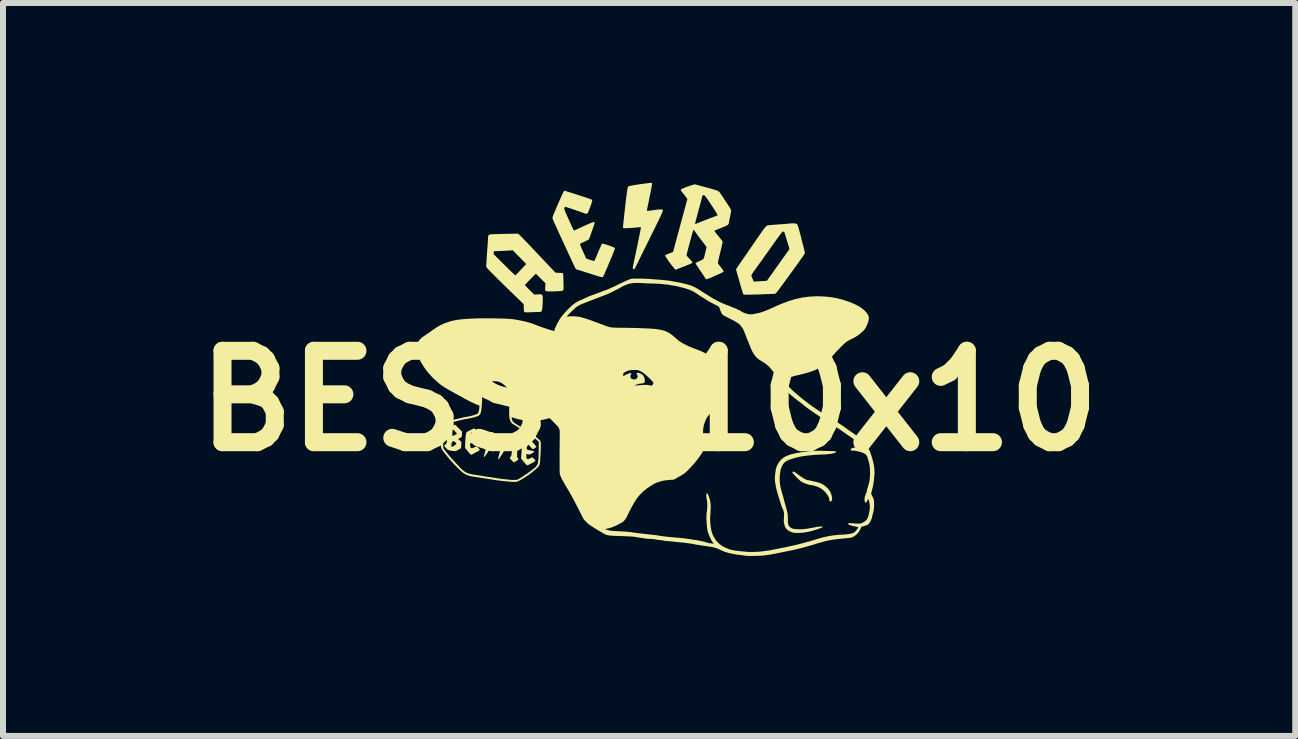
<source format=kicad_pcb>
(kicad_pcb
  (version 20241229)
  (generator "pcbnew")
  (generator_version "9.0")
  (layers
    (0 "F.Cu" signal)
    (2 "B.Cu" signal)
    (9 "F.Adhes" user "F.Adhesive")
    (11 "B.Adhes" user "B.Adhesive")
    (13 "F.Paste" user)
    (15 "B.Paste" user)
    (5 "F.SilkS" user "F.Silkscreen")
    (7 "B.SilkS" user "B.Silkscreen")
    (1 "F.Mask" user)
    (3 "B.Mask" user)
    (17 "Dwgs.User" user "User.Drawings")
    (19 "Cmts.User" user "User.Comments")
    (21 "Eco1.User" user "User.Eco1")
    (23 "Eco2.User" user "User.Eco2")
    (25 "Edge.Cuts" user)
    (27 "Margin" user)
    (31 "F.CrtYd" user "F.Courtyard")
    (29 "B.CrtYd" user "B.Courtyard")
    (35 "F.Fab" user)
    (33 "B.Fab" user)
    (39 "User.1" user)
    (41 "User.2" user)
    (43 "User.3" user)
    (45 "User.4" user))
  (footprint "BESSIE10x10"
    (layer "F.Cu")
    (at 7.772 3.633)
    (property "Reference" "BESSIE10x10" (at 0 0 0) (layer "F.SilkS") (effects (font (size 1.524 1.524) (thickness 0.3))))
    (attr board_only exclude_from_pos_files exclude_from_bom)
    (fp_poly (pts (xy -2.184 0.611) (xy -2.184 0.627) (xy -2.187 0.653) (xy -2.188 0.659) (xy -2.19 0.671) (xy -2.191 0.692) (xy -2.193 0.719) (xy -2.195 0.75) (xy -2.196 0.785) (xy -2.197 0.811) (xy -2.201 0.935) (xy -2.19 0.951) (xy -2.182 0.961) (xy -2.179 0.969) (xy -2.18 0.976) (xy -2.186 0.984) (xy -2.199 0.994) (xy -2.219 1.008) (xy -2.22 1.008) (xy -2.235 1.017) (xy -2.247 1.024) (xy -2.253 1.026) (xy -2.259 1.022) (xy -2.27 1.013) (xy -2.284 1) (xy -2.292 0.992) (xy -2.306 0.977) (xy -2.317 0.963) (xy -2.324 0.954) (xy -2.325 0.951) (xy -2.321 0.943) (xy -2.312 0.934) (xy -2.31 0.932) (xy -2.306 0.928) (xy -2.302 0.924) (xy -2.299 0.917) (xy -2.296 0.908) (xy -2.294 0.895) (xy -2.292 0.878) (xy -2.289 0.854) (xy -2.287 0.825) (xy -2.284 0.787) (xy -2.281 0.741) (xy -2.28 0.735) (xy -2.278 0.708) (xy -2.276 0.685) (xy -2.274 0.666) (xy -2.272 0.654) (xy -2.27 0.651) (xy -2.263 0.645) (xy -2.251 0.637) (xy -2.235 0.627) (xy -2.219 0.617) (xy -2.204 0.609) (xy -2.193 0.604) (xy -2.188 0.603)) (stroke (width 0) (type solid)) (fill yes) (layer "F.SilkS"))
    (fp_poly (pts (xy -2.532 -0.264) (xy -2.497 -0.248) (xy -2.497 -0.248) (xy -2.463 -0.226) (xy -2.438 -0.204) (xy -2.421 -0.181) (xy -2.412 -0.155) (xy -2.408 -0.126) (xy -2.408 -0.112) (xy -2.41 -0.091) (xy -2.413 -0.076) (xy -2.418 -0.064) (xy -2.425 -0.053) (xy -2.448 -0.029) (xy -2.476 -0.012) (xy -2.509 -0.003) (xy -2.547 -0.002) (xy -2.569 -0.005) (xy -2.608 -0.016) (xy -2.643 -0.035) (xy -2.673 -0.059) (xy -2.696 -0.089) (xy -2.702 -0.1) (xy -2.715 -0.132) (xy -2.719 -0.161) (xy -2.718 -0.166) (xy -2.685 -0.166) (xy -2.683 -0.14) (xy -2.674 -0.114) (xy -2.658 -0.09) (xy -2.637 -0.068) (xy -2.61 -0.051) (xy -2.606 -0.049) (xy -2.582 -0.038) (xy -2.562 -0.032) (xy -2.543 -0.03) (xy -2.522 -0.031) (xy -2.508 -0.032) (xy -2.491 -0.037) (xy -2.477 -0.045) (xy -2.466 -0.055) (xy -2.451 -0.075) (xy -2.441 -0.098) (xy -2.437 -0.12) (xy -2.439 -0.14) (xy -2.441 -0.145) (xy -2.446 -0.155) (xy -2.453 -0.169) (xy -2.455 -0.173) (xy -2.465 -0.189) (xy -2.479 -0.203) (xy -2.5 -0.216) (xy -2.52 -0.227) (xy -2.548 -0.237) (xy -2.578 -0.241) (xy -2.606 -0.24) (xy -2.631 -0.232) (xy -2.635 -0.229) (xy -2.654 -0.217) (xy -2.667 -0.207) (xy -2.675 -0.195) (xy -2.679 -0.189) (xy -2.685 -0.166) (xy -2.718 -0.166) (xy -2.715 -0.187) (xy -2.71 -0.198) (xy -2.691 -0.227) (xy -2.666 -0.249) (xy -2.636 -0.264) (xy -2.603 -0.272) (xy -2.568 -0.272)) (stroke (width 0) (type solid)) (fill yes) (layer "F.SilkS"))
    (fp_poly (pts (xy -0.175 -0.465) (xy -0.168 -0.464) (xy -0.143 -0.455) (xy -0.118 -0.44) (xy -0.099 -0.421) (xy -0.089 -0.406) (xy -0.08 -0.385) (xy -0.074 -0.361) (xy -0.071 -0.338) (xy -0.072 -0.319) (xy -0.074 -0.314) (xy -0.077 -0.306) (xy -0.081 -0.3) (xy -0.089 -0.296) (xy -0.101 -0.293) (xy -0.12 -0.29) (xy -0.137 -0.288) (xy -0.159 -0.285) (xy -0.179 -0.281) (xy -0.193 -0.277) (xy -0.196 -0.276) (xy -0.212 -0.27) (xy -0.236 -0.261) (xy -0.27 -0.248) (xy -0.312 -0.232) (xy -0.342 -0.221) (xy -0.376 -0.211) (xy -0.412 -0.204) (xy -0.445 -0.201) (xy -0.474 -0.202) (xy -0.479 -0.203) (xy -0.498 -0.209) (xy -0.515 -0.216) (xy -0.526 -0.225) (xy -0.53 -0.232) (xy -0.53 -0.243) (xy -0.525 -0.26) (xy -0.517 -0.282) (xy -0.507 -0.305) (xy -0.495 -0.328) (xy -0.482 -0.349) (xy -0.481 -0.352) (xy -0.455 -0.385) (xy -0.427 -0.412) (xy -0.393 -0.433) (xy -0.352 -0.451) (xy -0.347 -0.453) (xy -0.322 -0.46) (xy -0.306 -0.463) (xy -0.297 -0.461) (xy -0.295 -0.454) (xy -0.301 -0.442) (xy -0.303 -0.439) (xy -0.312 -0.417) (xy -0.311 -0.397) (xy -0.303 -0.379) (xy -0.288 -0.366) (xy -0.266 -0.358) (xy -0.246 -0.357) (xy -0.231 -0.358) (xy -0.219 -0.363) (xy -0.207 -0.373) (xy -0.194 -0.391) (xy -0.191 -0.411) (xy -0.197 -0.432) (xy -0.2 -0.438) (xy -0.207 -0.45) (xy -0.21 -0.458) (xy -0.21 -0.459) (xy -0.206 -0.464) (xy -0.194 -0.467)) (stroke (width 0) (type solid)) (fill yes) (layer "F.SilkS"))
    (fp_poly (pts (xy -2.544 -0.225) (xy -2.521 -0.214) (xy -2.499 -0.197) (xy -2.482 -0.179) (xy -2.472 -0.164) (xy -2.467 -0.152) (xy -2.465 -0.138) (xy -2.465 -0.128) (xy -2.468 -0.106) (xy -2.476 -0.091) (xy -2.49 -0.079) (xy -2.497 -0.075) (xy -2.514 -0.07) (xy -2.536 -0.069) (xy -2.56 -0.071) (xy -2.581 -0.076) (xy -2.586 -0.078) (xy -2.613 -0.096) (xy -2.631 -0.117) (xy -2.638 -0.136) (xy -2.615 -0.136) (xy -2.608 -0.121) (xy -2.594 -0.108) (xy -2.575 -0.098) (xy -2.559 -0.093) (xy -2.553 -0.095) (xy -2.545 -0.1) (xy -2.536 -0.112) (xy -2.536 -0.125) (xy -2.545 -0.141) (xy -2.552 -0.149) (xy -2.564 -0.16) (xy -2.574 -0.165) (xy -2.586 -0.165) (xy -2.59 -0.165) (xy -2.604 -0.163) (xy -2.611 -0.158) (xy -2.615 -0.15) (xy -2.615 -0.136) (xy -2.638 -0.136) (xy -2.64 -0.141) (xy -2.642 -0.161) (xy -2.639 -0.183) (xy -2.637 -0.187) (xy -2.609 -0.187) (xy -2.584 -0.184) (xy -2.567 -0.181) (xy -2.552 -0.176) (xy -2.547 -0.173) (xy -2.533 -0.159) (xy -2.522 -0.14) (xy -2.516 -0.119) (xy -2.515 -0.11) (xy -2.514 -0.097) (xy -2.511 -0.094) (xy -2.503 -0.098) (xy -2.497 -0.103) (xy -2.488 -0.118) (xy -2.486 -0.136) (xy -2.492 -0.154) (xy -2.505 -0.172) (xy -2.524 -0.188) (xy -2.536 -0.195) (xy -2.561 -0.204) (xy -2.582 -0.204) (xy -2.598 -0.196) (xy -2.609 -0.187) (xy -2.637 -0.187) (xy -2.632 -0.197) (xy -2.615 -0.212) (xy -2.593 -0.224) (xy -2.571 -0.229) (xy -2.566 -0.23)) (stroke (width 0) (type solid)) (fill yes) (layer "F.SilkS"))
    (fp_poly (pts (xy -2.598 0.524) (xy -2.593 0.528) (xy -2.593 0.529) (xy -2.596 0.536) (xy -2.602 0.548) (xy -2.604 0.552) (xy -2.621 0.579) (xy -2.636 0.605) (xy -2.648 0.626) (xy -2.657 0.643) (xy -2.661 0.655) (xy -2.661 0.659) (xy -2.653 0.659) (xy -2.64 0.657) (xy -2.63 0.655) (xy -2.611 0.651) (xy -2.59 0.65) (xy -2.583 0.65) (xy -2.57 0.652) (xy -2.564 0.655) (xy -2.562 0.661) (xy -2.562 0.662) (xy -2.566 0.67) (xy -2.574 0.685) (xy -2.585 0.704) (xy -2.6 0.726) (xy -2.616 0.75) (xy -2.625 0.762) (xy -2.631 0.771) (xy -2.642 0.786) (xy -2.655 0.805) (xy -2.669 0.827) (xy -2.674 0.833) (xy -2.697 0.868) (xy -2.716 0.896) (xy -2.731 0.916) (xy -2.741 0.929) (xy -2.748 0.936) (xy -2.752 0.937) (xy -2.754 0.933) (xy -2.753 0.924) (xy -2.753 0.922) (xy -2.75 0.906) (xy -2.745 0.889) (xy -2.745 0.886) (xy -2.74 0.871) (xy -2.736 0.851) (xy -2.732 0.835) (xy -2.725 0.801) (xy -2.718 0.776) (xy -2.712 0.759) (xy -2.709 0.753) (xy -2.708 0.75) (xy -2.713 0.749) (xy -2.726 0.749) (xy -2.738 0.75) (xy -2.762 0.753) (xy -2.779 0.754) (xy -2.789 0.753) (xy -2.794 0.751) (xy -2.795 0.747) (xy -2.795 0.74) (xy -2.795 0.737) (xy -2.792 0.722) (xy -2.788 0.701) (xy -2.782 0.679) (xy -2.775 0.66) (xy -2.774 0.657) (xy -2.771 0.647) (xy -2.766 0.631) (xy -2.763 0.618) (xy -2.755 0.59) (xy -2.747 0.566) (xy -2.74 0.548) (xy -2.74 0.547) (xy -2.735 0.542) (xy -2.726 0.538) (xy -2.712 0.534) (xy -2.69 0.53) (xy -2.664 0.526) (xy -2.633 0.523) (xy -2.612 0.522)) (stroke (width 0) (type solid)) (fill yes) (layer "F.SilkS"))
    (fp_poly (pts (xy -2.366 0.562) (xy -2.359 0.564) (xy -2.359 0.57) (xy -2.365 0.582) (xy -2.373 0.596) (xy -2.383 0.61) (xy -2.39 0.621) (xy -2.393 0.627) (xy -2.393 0.627) (xy -2.395 0.632) (xy -2.401 0.643) (xy -2.41 0.658) (xy -2.41 0.658) (xy -2.419 0.673) (xy -2.425 0.684) (xy -2.427 0.69) (xy -2.423 0.691) (xy -2.41 0.691) (xy -2.393 0.691) (xy -2.379 0.69) (xy -2.354 0.689) (xy -2.337 0.69) (xy -2.329 0.692) (xy -2.328 0.693) (xy -2.328 0.7) (xy -2.335 0.714) (xy -2.346 0.734) (xy -2.362 0.758) (xy -2.381 0.787) (xy -2.398 0.811) (xy -2.412 0.83) (xy -2.423 0.846) (xy -2.432 0.858) (xy -2.435 0.864) (xy -2.44 0.873) (xy -2.449 0.888) (xy -2.461 0.905) (xy -2.473 0.924) (xy -2.486 0.942) (xy -2.497 0.958) (xy -2.506 0.969) (xy -2.51 0.974) (xy -2.516 0.973) (xy -2.517 0.972) (xy -2.518 0.965) (xy -2.515 0.952) (xy -2.511 0.935) (xy -2.511 0.934) (xy -2.505 0.914) (xy -2.5 0.894) (xy -2.498 0.88) (xy -2.495 0.867) (xy -2.491 0.858) (xy -2.49 0.857) (xy -2.487 0.85) (xy -2.486 0.84) (xy -2.484 0.827) (xy -2.48 0.81) (xy -2.479 0.806) (xy -2.471 0.786) (xy -2.515 0.789) (xy -2.537 0.79) (xy -2.553 0.79) (xy -2.561 0.788) (xy -2.561 0.787) (xy -2.561 0.781) (xy -2.558 0.767) (xy -2.554 0.75) (xy -2.551 0.742) (xy -2.545 0.72) (xy -2.538 0.698) (xy -2.534 0.681) (xy -2.533 0.678) (xy -2.529 0.664) (xy -2.525 0.654) (xy -2.524 0.652) (xy -2.521 0.644) (xy -2.52 0.637) (xy -2.518 0.627) (xy -2.514 0.611) (xy -2.512 0.604) (xy -2.503 0.586) (xy -2.491 0.576) (xy -2.473 0.572) (xy -2.466 0.571) (xy -2.452 0.57) (xy -2.442 0.566) (xy -2.432 0.564) (xy -2.417 0.562) (xy -2.399 0.561) (xy -2.381 0.561)) (stroke (width 0) (type solid)) (fill yes) (layer "F.SilkS"))
    (fp_poly (pts (xy 2.414 1.18) (xy 2.43 1.19) (xy 2.452 1.205) (xy 2.462 1.213) (xy 2.511 1.249) (xy 2.554 1.278) (xy 2.59 1.3) (xy 2.62 1.314) (xy 2.644 1.322) (xy 2.656 1.323) (xy 2.672 1.325) (xy 2.684 1.328) (xy 2.695 1.331) (xy 2.712 1.335) (xy 2.734 1.34) (xy 2.747 1.343) (xy 2.789 1.353) (xy 2.823 1.362) (xy 2.851 1.371) (xy 2.873 1.381) (xy 2.891 1.39) (xy 2.938 1.422) (xy 2.978 1.459) (xy 3.01 1.499) (xy 3.032 1.543) (xy 3.044 1.581) (xy 3.05 1.609) (xy 3.052 1.63) (xy 3.05 1.646) (xy 3.045 1.66) (xy 3.043 1.664) (xy 3.034 1.676) (xy 3.027 1.679) (xy 3.018 1.675) (xy 3.01 1.667) (xy 3.002 1.659) (xy 3.001 1.653) (xy 3.002 1.653) (xy 3.005 1.646) (xy 3.004 1.634) (xy 2.999 1.617) (xy 2.99 1.597) (xy 2.978 1.577) (xy 2.966 1.56) (xy 2.957 1.548) (xy 2.951 1.539) (xy 2.95 1.536) (xy 2.946 1.531) (xy 2.937 1.521) (xy 2.924 1.508) (xy 2.908 1.494) (xy 2.892 1.481) (xy 2.878 1.469) (xy 2.87 1.464) (xy 2.855 1.455) (xy 2.836 1.446) (xy 2.818 1.437) (xy 2.801 1.43) (xy 2.789 1.426) (xy 2.787 1.426) (xy 2.78 1.424) (xy 2.769 1.42) (xy 2.767 1.419) (xy 2.744 1.412) (xy 2.711 1.406) (xy 2.698 1.404) (xy 2.672 1.4) (xy 2.642 1.392) (xy 2.611 1.381) (xy 2.582 1.37) (xy 2.559 1.359) (xy 2.555 1.356) (xy 2.543 1.349) (xy 2.534 1.344) (xy 2.532 1.343) (xy 2.527 1.34) (xy 2.519 1.332) (xy 2.516 1.329) (xy 2.506 1.32) (xy 2.499 1.314) (xy 2.498 1.313) (xy 2.492 1.309) (xy 2.482 1.299) (xy 2.468 1.285) (xy 2.452 1.268) (xy 2.435 1.251) (xy 2.419 1.233) (xy 2.405 1.218) (xy 2.394 1.206) (xy 2.389 1.199) (xy 2.388 1.197) (xy 2.391 1.191) (xy 2.398 1.183) (xy 2.404 1.177) (xy 2.406 1.177)) (stroke (width 0) (type solid)) (fill yes) (layer "F.SilkS"))
    (fp_poly (pts (xy -3.176 0.455) (xy -3.119 0.512) (xy -3.12 0.555) (xy -3.121 0.577) (xy -3.123 0.591) (xy -3.128 0.601) (xy -3.137 0.61) (xy -3.153 0.618) (xy -3.162 0.623) (xy -3.175 0.631) (xy -3.181 0.636) (xy -3.181 0.64) (xy -3.179 0.642) (xy -3.164 0.653) (xy -3.149 0.667) (xy -3.138 0.679) (xy -3.131 0.687) (xy -3.129 0.698) (xy -3.13 0.718) (xy -3.132 0.743) (xy -3.137 0.791) (xy -3.164 0.806) (xy -3.182 0.816) (xy -3.199 0.825) (xy -3.208 0.83) (xy -3.221 0.836) (xy -3.234 0.839) (xy -3.25 0.838) (xy -3.273 0.836) (xy -3.279 0.835) (xy -3.308 0.83) (xy -3.329 0.826) (xy -3.344 0.821) (xy -3.355 0.817) (xy -3.361 0.812) (xy -3.372 0.802) (xy -3.385 0.789) (xy -3.397 0.775) (xy -3.408 0.761) (xy -3.415 0.75) (xy -3.417 0.745) (xy -3.413 0.74) (xy -3.296 0.74) (xy -3.296 0.755) (xy -3.294 0.763) (xy -3.288 0.766) (xy -3.277 0.762) (xy -3.26 0.753) (xy -3.252 0.748) (xy -3.231 0.734) (xy -3.218 0.723) (xy -3.214 0.713) (xy -3.218 0.703) (xy -3.23 0.691) (xy -3.241 0.683) (xy -3.253 0.674) (xy -3.261 0.671) (xy -3.267 0.673) (xy -3.274 0.676) (xy -3.286 0.69) (xy -3.293 0.71) (xy -3.296 0.737) (xy -3.296 0.74) (xy -3.413 0.74) (xy -3.412 0.739) (xy -3.402 0.731) (xy -3.396 0.727) (xy -3.387 0.72) (xy -3.381 0.714) (xy -3.378 0.706) (xy -3.375 0.693) (xy -3.374 0.673) (xy -3.372 0.654) (xy -3.37 0.627) (xy -3.368 0.597) (xy -3.366 0.566) (xy -3.366 0.56) (xy -3.281 0.56) (xy -3.281 0.575) (xy -3.28 0.584) (xy -3.279 0.586) (xy -3.273 0.584) (xy -3.26 0.579) (xy -3.243 0.572) (xy -3.239 0.57) (xy -3.223 0.562) (xy -3.21 0.555) (xy -3.204 0.55) (xy -3.204 0.549) (xy -3.207 0.543) (xy -3.215 0.532) (xy -3.228 0.518) (xy -3.236 0.508) (xy -3.251 0.492) (xy -3.262 0.482) (xy -3.268 0.478) (xy -3.272 0.479) (xy -3.273 0.481) (xy -3.276 0.489) (xy -3.278 0.504) (xy -3.279 0.522) (xy -3.281 0.541) (xy -3.281 0.56) (xy -3.366 0.56) (xy -3.366 0.552) (xy -3.361 0.472) (xy -3.347 0.46) (xy -3.337 0.454) (xy -3.321 0.444) (xy -3.3 0.433) (xy -3.283 0.424) (xy -3.233 0.398)) (stroke (width 0) (type solid)) (fill yes) (layer "F.SilkS"))
    (fp_poly (pts (xy -2.912 0.462) (xy -2.901 0.472) (xy -2.887 0.485) (xy -2.871 0.502) (xy -2.853 0.52) (xy -2.837 0.538) (xy -2.822 0.554) (xy -2.811 0.568) (xy -2.804 0.576) (xy -2.803 0.579) (xy -2.807 0.585) (xy -2.817 0.594) (xy -2.831 0.604) (xy -2.845 0.613) (xy -2.858 0.619) (xy -2.865 0.62) (xy -2.875 0.616) (xy -2.887 0.604) (xy -2.888 0.602) (xy -2.896 0.591) (xy -2.908 0.577) (xy -2.922 0.563) (xy -2.936 0.549) (xy -2.948 0.537) (xy -2.957 0.53) (xy -2.961 0.528) (xy -2.962 0.533) (xy -2.964 0.546) (xy -2.965 0.565) (xy -2.965 0.578) (xy -2.966 0.601) (xy -2.965 0.616) (xy -2.964 0.625) (xy -2.961 0.629) (xy -2.96 0.63) (xy -2.95 0.633) (xy -2.933 0.638) (xy -2.909 0.642) (xy -2.881 0.648) (xy -2.873 0.649) (xy -2.854 0.654) (xy -2.845 0.659) (xy -2.844 0.666) (xy -2.853 0.675) (xy -2.87 0.687) (xy -2.889 0.697) (xy -2.907 0.706) (xy -2.92 0.71) (xy -2.929 0.712) (xy -2.939 0.711) (xy -2.95 0.709) (xy -2.964 0.706) (xy -2.976 0.705) (xy -2.979 0.706) (xy -2.982 0.712) (xy -2.983 0.725) (xy -2.984 0.739) (xy -2.983 0.757) (xy -2.981 0.769) (xy -2.976 0.777) (xy -2.973 0.781) (xy -2.965 0.787) (xy -2.959 0.79) (xy -2.951 0.789) (xy -2.938 0.785) (xy -2.92 0.777) (xy -2.919 0.777) (xy -2.902 0.769) (xy -2.888 0.764) (xy -2.879 0.762) (xy -2.879 0.762) (xy -2.87 0.765) (xy -2.858 0.774) (xy -2.845 0.786) (xy -2.834 0.799) (xy -2.826 0.81) (xy -2.824 0.817) (xy -2.829 0.825) (xy -2.844 0.835) (xy -2.868 0.849) (xy -2.869 0.85) (xy -2.891 0.861) (xy -2.913 0.873) (xy -2.93 0.882) (xy -2.937 0.886) (xy -2.951 0.893) (xy -2.962 0.898) (xy -2.966 0.899) (xy -2.973 0.895) (xy -2.983 0.887) (xy -2.989 0.88) (xy -3 0.868) (xy -3.015 0.851) (xy -3.03 0.832) (xy -3.038 0.823) (xy -3.068 0.785) (xy -3.065 0.688) (xy -3.063 0.637) (xy -3.059 0.596) (xy -3.055 0.564) (xy -3.05 0.54) (xy -3.044 0.525) (xy -3.039 0.52) (xy -3.031 0.515) (xy -3.016 0.507) (xy -2.998 0.497) (xy -2.977 0.487) (xy -2.957 0.477) (xy -2.939 0.468) (xy -2.925 0.462) (xy -2.918 0.459) (xy -2.917 0.459)) (stroke (width 0) (type solid)) (fill yes) (layer "F.SilkS"))
    (fp_poly (pts (xy -1.983 0.648) (xy -1.973 0.658) (xy -1.96 0.671) (xy -1.944 0.688) (xy -1.928 0.706) (xy -1.912 0.724) (xy -1.898 0.741) (xy -1.887 0.754) (xy -1.881 0.762) (xy -1.88 0.764) (xy -1.884 0.77) (xy -1.894 0.779) (xy -1.907 0.789) (xy -1.92 0.797) (xy -1.932 0.803) (xy -1.933 0.803) (xy -1.942 0.804) (xy -1.95 0.798) (xy -1.957 0.791) (xy -1.967 0.779) (xy -1.981 0.764) (xy -1.996 0.747) (xy -2 0.743) (xy -2.029 0.712) (xy -2.036 0.76) (xy -2.039 0.782) (xy -2.04 0.796) (xy -2.04 0.804) (xy -2.038 0.809) (xy -2.034 0.812) (xy -2.033 0.813) (xy -2.023 0.816) (xy -2.006 0.821) (xy -1.982 0.826) (xy -1.954 0.831) (xy -1.938 0.833) (xy -1.923 0.838) (xy -1.918 0.844) (xy -1.922 0.853) (xy -1.935 0.865) (xy -1.957 0.878) (xy -1.972 0.886) (xy -1.988 0.893) (xy -1.999 0.896) (xy -2.007 0.894) (xy -2.019 0.89) (xy -2.031 0.889) (xy -2.046 0.889) (xy -2.046 0.922) (xy -2.046 0.942) (xy -2.043 0.954) (xy -2.039 0.962) (xy -2.037 0.964) (xy -2.028 0.97) (xy -2.022 0.972) (xy -2.013 0.97) (xy -1.998 0.964) (xy -1.981 0.956) (xy -1.967 0.949) (xy -1.956 0.944) (xy -1.949 0.943) (xy -1.942 0.946) (xy -1.931 0.955) (xy -1.919 0.966) (xy -1.907 0.979) (xy -1.898 0.99) (xy -1.895 0.997) (xy -1.899 1.004) (xy -1.912 1.014) (xy -1.933 1.027) (xy -1.934 1.028) (xy -1.952 1.037) (xy -1.966 1.045) (xy -1.974 1.049) (xy -1.976 1.05) (xy -1.981 1.052) (xy -1.991 1.058) (xy -1.997 1.062) (xy -2.016 1.072) (xy -2.03 1.074) (xy -2.044 1.068) (xy -2.058 1.053) (xy -2.06 1.051) (xy -2.073 1.036) (xy -2.089 1.017) (xy -2.105 0.998) (xy -2.108 0.995) (xy -2.135 0.961) (xy -2.132 0.932) (xy -2.131 0.918) (xy -2.129 0.896) (xy -2.127 0.868) (xy -2.126 0.838) (xy -2.125 0.814) (xy -2.123 0.779) (xy -2.121 0.752) (xy -2.119 0.733) (xy -2.117 0.72) (xy -2.114 0.712) (xy -2.111 0.709) (xy -2.108 0.708) (xy -2.102 0.705) (xy -2.091 0.699) (xy -2.088 0.697) (xy -2.078 0.69) (xy -2.063 0.682) (xy -2.045 0.672) (xy -2.027 0.662) (xy -2.009 0.654) (xy -1.996 0.647) (xy -1.988 0.645) (xy -1.988 0.645)) (stroke (width 0) (type solid)) (fill yes) (layer "F.SilkS"))
    (fp_poly (pts (xy 0.047 -3.603) (xy 0.045 -3.591) (xy 0.042 -3.571) (xy 0.037 -3.545) (xy 0.031 -3.512) (xy 0.024 -3.476) (xy 0.016 -3.437) (xy 0.008 -3.396) (xy -0.000195 -3.355) (xy -0.008 -3.315) (xy -0.016 -3.278) (xy -0.023 -3.244) (xy -0.029 -3.216) (xy -0.033 -3.196) (xy -0.035 -3.18) (xy -0.035 -3.17) (xy -0.035 -3.168) (xy -0.029 -3.167) (xy -0.015 -3.168) (xy 0.004 -3.17) (xy 0.028 -3.173) (xy 0.035 -3.174) (xy 0.087 -3.181) (xy 0.131 -3.187) (xy 0.166 -3.19) (xy 0.192 -3.192) (xy 0.21 -3.191) (xy 0.22 -3.189) (xy 0.22 -3.189) (xy 0.223 -3.187) (xy 0.226 -3.185) (xy 0.228 -3.181) (xy 0.229 -3.177) (xy 0.229 -3.171) (xy 0.227 -3.162) (xy 0.223 -3.151) (xy 0.217 -3.136) (xy 0.209 -3.118) (xy 0.199 -3.095) (xy 0.186 -3.067) (xy 0.171 -3.035) (xy 0.152 -2.996) (xy 0.13 -2.951) (xy 0.105 -2.9) (xy 0.076 -2.841) (xy 0.043 -2.775) (xy 0.006 -2.7) (xy 0.003 -2.693) (xy -0.026 -2.636) (xy -0.053 -2.58) (xy -0.08 -2.527) (xy -0.105 -2.476) (xy -0.128 -2.43) (xy -0.148 -2.388) (xy -0.166 -2.351) (xy -0.181 -2.32) (xy -0.193 -2.297) (xy -0.201 -2.281) (xy -0.203 -2.276) (xy -0.218 -2.245) (xy -0.231 -2.22) (xy -0.242 -2.203) (xy -0.251 -2.194) (xy -0.254 -2.193) (xy -0.26 -2.196) (xy -0.266 -2.201) (xy -0.269 -2.203) (xy -0.27 -2.205) (xy -0.272 -2.207) (xy -0.272 -2.212) (xy -0.272 -2.218) (xy -0.27 -2.229) (xy -0.268 -2.243) (xy -0.264 -2.263) (xy -0.259 -2.289) (xy -0.252 -2.322) (xy -0.243 -2.364) (xy -0.237 -2.393) (xy -0.221 -2.469) (xy -0.206 -2.541) (xy -0.192 -2.607) (xy -0.18 -2.668) (xy -0.169 -2.722) (xy -0.159 -2.769) (xy -0.151 -2.809) (xy -0.145 -2.841) (xy -0.14 -2.866) (xy -0.138 -2.881) (xy -0.137 -2.887) (xy -0.138 -2.893) (xy -0.143 -2.896) (xy -0.154 -2.895) (xy -0.157 -2.895) (xy -0.173 -2.893) (xy -0.196 -2.891) (xy -0.223 -2.889) (xy -0.253 -2.886) (xy -0.285 -2.884) (xy -0.317 -2.882) (xy -0.348 -2.88) (xy -0.376 -2.879) (xy -0.399 -2.878) (xy -0.416 -2.878) (xy -0.425 -2.878) (xy -0.427 -2.878) (xy -0.433 -2.885) (xy -0.435 -2.899) (xy -0.434 -2.908) (xy -0.433 -2.926) (xy -0.43 -2.951) (xy -0.427 -2.983) (xy -0.423 -3.02) (xy -0.418 -3.061) (xy -0.414 -3.105) (xy -0.409 -3.151) (xy -0.403 -3.199) (xy -0.398 -3.246) (xy -0.393 -3.291) (xy -0.388 -3.335) (xy -0.383 -3.375) (xy -0.379 -3.41) (xy -0.375 -3.439) (xy -0.373 -3.45) (xy -0.368 -3.488) (xy -0.364 -3.517) (xy -0.36 -3.539) (xy -0.356 -3.555) (xy -0.353 -3.565) (xy -0.348 -3.572) (xy -0.343 -3.577) (xy -0.338 -3.579) (xy -0.327 -3.582) (xy -0.307 -3.586) (xy -0.281 -3.591) (xy -0.249 -3.597) (xy -0.214 -3.602) (xy -0.176 -3.608) (xy -0.137 -3.614) (xy -0.099 -3.619) (xy -0.063 -3.624) (xy -0.031 -3.628) (xy -0.003 -3.631) (xy 0.018 -3.633) (xy 0.029 -3.633) (xy 0.05 -3.633)) (stroke (width 0) (type solid)) (fill yes) (layer "F.SilkS"))
    (fp_poly (pts (xy 2.437 -2.957) (xy 2.456 -2.952) (xy 2.459 -2.95) (xy 2.467 -2.944) (xy 2.473 -2.936) (xy 2.479 -2.923) (xy 2.486 -2.903) (xy 2.487 -2.898) (xy 2.493 -2.878) (xy 2.5 -2.852) (xy 2.509 -2.82) (xy 2.518 -2.785) (xy 2.528 -2.747) (xy 2.539 -2.707) (xy 2.549 -2.666) (xy 2.559 -2.627) (xy 2.569 -2.589) (xy 2.578 -2.554) (xy 2.585 -2.523) (xy 2.591 -2.498) (xy 2.596 -2.479) (xy 2.598 -2.468) (xy 2.598 -2.466) (xy 2.595 -2.459) (xy 2.587 -2.444) (xy 2.573 -2.423) (xy 2.554 -2.394) (xy 2.528 -2.358) (xy 2.497 -2.314) (xy 2.46 -2.262) (xy 2.456 -2.256) (xy 2.4 -2.179) (xy 2.349 -2.109) (xy 2.303 -2.045) (xy 2.262 -1.989) (xy 2.225 -1.939) (xy 2.194 -1.897) (xy 2.168 -1.862) (xy 2.147 -1.834) (xy 2.131 -1.814) (xy 2.121 -1.802) (xy 2.119 -1.801) (xy 2.109 -1.791) (xy 2.1 -1.785) (xy 2.088 -1.783) (xy 2.071 -1.783) (xy 2.07 -1.783) (xy 2.056 -1.782) (xy 2.034 -1.782) (xy 2.007 -1.781) (xy 1.975 -1.78) (xy 1.94 -1.779) (xy 1.922 -1.778) (xy 1.851 -1.775) (xy 1.788 -1.773) (xy 1.733 -1.772) (xy 1.685 -1.771) (xy 1.646 -1.77) (xy 1.615 -1.77) (xy 1.594 -1.771) (xy 1.581 -1.772) (xy 1.579 -1.773) (xy 1.572 -1.778) (xy 1.565 -1.791) (xy 1.558 -1.811) (xy 1.558 -1.813) (xy 1.546 -1.852) (xy 1.533 -1.894) (xy 1.521 -1.938) (xy 1.508 -1.982) (xy 1.496 -2.024) (xy 1.485 -2.063) (xy 1.476 -2.093) (xy 1.704 -2.093) (xy 1.706 -2.086) (xy 1.711 -2.071) (xy 1.72 -2.049) (xy 1.732 -2.018) (xy 1.742 -1.994) (xy 1.746 -1.991) (xy 1.757 -1.989) (xy 1.775 -1.99) (xy 1.782 -1.99) (xy 1.801 -1.992) (xy 1.827 -1.993) (xy 1.856 -1.995) (xy 1.885 -1.997) (xy 1.891 -1.997) (xy 1.917 -1.998) (xy 1.938 -2) (xy 1.955 -2.001) (xy 1.964 -2.002) (xy 1.965 -2.003) (xy 1.968 -2.007) (xy 1.976 -2.019) (xy 1.989 -2.036) (xy 2.005 -2.059) (xy 2.025 -2.087) (xy 2.047 -2.118) (xy 2.071 -2.152) (xy 2.079 -2.163) (xy 2.111 -2.209) (xy 2.144 -2.255) (xy 2.177 -2.301) (xy 2.209 -2.347) (xy 2.24 -2.39) (xy 2.268 -2.429) (xy 2.293 -2.464) (xy 2.315 -2.494) (xy 2.331 -2.516) (xy 2.336 -2.524) (xy 2.338 -2.53) (xy 2.337 -2.54) (xy 2.334 -2.554) (xy 2.332 -2.56) (xy 2.325 -2.584) (xy 2.315 -2.617) (xy 2.302 -2.66) (xy 2.286 -2.711) (xy 2.276 -2.742) (xy 2.269 -2.764) (xy 2.264 -2.783) (xy 2.26 -2.798) (xy 2.259 -2.802) (xy 2.253 -2.816) (xy 2.243 -2.822) (xy 2.23 -2.821) (xy 2.227 -2.82) (xy 2.225 -2.818) (xy 2.221 -2.816) (xy 2.217 -2.811) (xy 2.211 -2.804) (xy 2.203 -2.795) (xy 2.193 -2.782) (xy 2.181 -2.766) (xy 2.166 -2.745) (xy 2.147 -2.72) (xy 2.125 -2.689) (xy 2.099 -2.653) (xy 2.069 -2.61) (xy 2.034 -2.561) (xy 1.994 -2.504) (xy 1.97 -2.471) (xy 1.94 -2.43) (xy 1.91 -2.387) (xy 1.879 -2.344) (xy 1.85 -2.303) (xy 1.822 -2.265) (xy 1.798 -2.231) (xy 1.779 -2.204) (xy 1.774 -2.197) (xy 1.754 -2.17) (xy 1.737 -2.145) (xy 1.723 -2.124) (xy 1.712 -2.107) (xy 1.706 -2.097) (xy 1.704 -2.093) (xy 1.476 -2.093) (xy 1.475 -2.096) (xy 1.468 -2.123) (xy 1.464 -2.136) (xy 1.449 -2.194) (xy 1.514 -2.29) (xy 1.531 -2.315) (xy 1.553 -2.347) (xy 1.579 -2.384) (xy 1.607 -2.425) (xy 1.636 -2.467) (xy 1.666 -2.51) (xy 1.695 -2.553) (xy 1.705 -2.566) (xy 1.732 -2.607) (xy 1.76 -2.647) (xy 1.787 -2.686) (xy 1.813 -2.723) (xy 1.836 -2.756) (xy 1.855 -2.783) (xy 1.87 -2.805) (xy 1.875 -2.813) (xy 1.901 -2.849) (xy 1.922 -2.877) (xy 1.939 -2.898) (xy 1.954 -2.912) (xy 1.967 -2.922) (xy 1.975 -2.925) (xy 1.984 -2.927) (xy 2.001 -2.929) (xy 2.025 -2.931) (xy 2.054 -2.933) (xy 2.089 -2.936) (xy 2.126 -2.939) (xy 2.141 -2.94) (xy 2.181 -2.943) (xy 2.219 -2.946) (xy 2.255 -2.948) (xy 2.286 -2.951) (xy 2.311 -2.953) (xy 2.328 -2.955) (xy 2.332 -2.955) (xy 2.374 -2.959) (xy 2.409 -2.959)) (stroke (width 0) (type solid)) (fill yes) (layer "F.SilkS"))
    (fp_poly (pts (xy -2.167 -2.772) (xy -2.163 -2.769) (xy -2.158 -2.764) (xy -2.15 -2.757) (xy -2.141 -2.747) (xy -2.129 -2.735) (xy -2.114 -2.72) (xy -2.096 -2.702) (xy -2.075 -2.679) (xy -2.05 -2.653) (xy -2.02 -2.622) (xy -1.986 -2.587) (xy -1.948 -2.546) (xy -1.904 -2.5) (xy -1.855 -2.448) (xy -1.8 -2.39) (xy -1.739 -2.325) (xy -1.694 -2.278) (xy -1.56 -2.137) (xy -1.5 -2.134) (xy -1.477 -2.133) (xy -1.457 -2.131) (xy -1.442 -2.129) (xy -1.436 -2.126) (xy -1.434 -2.12) (xy -1.432 -2.103) (xy -1.431 -2.078) (xy -1.429 -2.044) (xy -1.428 -2.002) (xy -1.428 -1.985) (xy -1.427 -1.944) (xy -1.426 -1.912) (xy -1.426 -1.888) (xy -1.426 -1.87) (xy -1.427 -1.857) (xy -1.428 -1.849) (xy -1.43 -1.844) (xy -1.432 -1.84) (xy -1.433 -1.84) (xy -1.442 -1.836) (xy -1.462 -1.832) (xy -1.49 -1.829) (xy -1.528 -1.827) (xy -1.575 -1.825) (xy -1.631 -1.824) (xy -1.633 -1.824) (xy -1.667 -1.824) (xy -1.693 -1.825) (xy -1.711 -1.827) (xy -1.723 -1.831) (xy -1.73 -1.839) (xy -1.733 -1.851) (xy -1.733 -1.868) (xy -1.732 -1.891) (xy -1.731 -1.902) (xy -1.728 -1.961) (xy -1.808 -2.04) (xy -1.888 -2.12) (xy -1.979 -2.028) (xy -2.004 -2.003) (xy -2.025 -1.981) (xy -2.044 -1.961) (xy -2.058 -1.946) (xy -2.068 -1.935) (xy -2.071 -1.931) (xy -2.067 -1.926) (xy -2.058 -1.916) (xy -2.044 -1.901) (xy -2.026 -1.882) (xy -2.004 -1.86) (xy -1.993 -1.849) (xy -1.916 -1.772) (xy -1.857 -1.775) (xy -1.832 -1.777) (xy -1.815 -1.777) (xy -1.804 -1.777) (xy -1.796 -1.775) (xy -1.791 -1.771) (xy -1.785 -1.766) (xy -1.785 -1.766) (xy -1.78 -1.761) (xy -1.777 -1.755) (xy -1.774 -1.747) (xy -1.773 -1.734) (xy -1.773 -1.716) (xy -1.773 -1.692) (xy -1.773 -1.66) (xy -1.775 -1.626) (xy -1.777 -1.593) (xy -1.779 -1.562) (xy -1.782 -1.536) (xy -1.785 -1.515) (xy -1.788 -1.501) (xy -1.789 -1.5) (xy -1.798 -1.489) (xy -1.807 -1.484) (xy -1.815 -1.483) (xy -1.832 -1.482) (xy -1.855 -1.481) (xy -1.884 -1.48) (xy -1.916 -1.479) (xy -1.944 -1.478) (xy -1.983 -1.477) (xy -2.013 -1.476) (xy -2.036 -1.476) (xy -2.053 -1.476) (xy -2.064 -1.477) (xy -2.072 -1.479) (xy -2.077 -1.481) (xy -2.078 -1.481) (xy -2.082 -1.485) (xy -2.085 -1.491) (xy -2.087 -1.501) (xy -2.088 -1.517) (xy -2.089 -1.539) (xy -2.089 -1.55) (xy -2.091 -1.611) (xy -2.236 -1.752) (xy -2.288 -1.802) (xy -2.34 -1.853) (xy -2.39 -1.902) (xy -2.438 -1.949) (xy -2.484 -1.994) (xy -2.527 -2.036) (xy -2.566 -2.076) (xy -2.602 -2.111) (xy -2.633 -2.143) (xy -2.659 -2.17) (xy -2.68 -2.192) (xy -2.696 -2.208) (xy -2.704 -2.218) (xy -2.706 -2.221) (xy -2.717 -2.238) (xy -2.708 -2.368) (xy -2.706 -2.409) (xy -2.703 -2.447) (xy -2.594 -2.447) (xy -2.414 -2.269) (xy -2.379 -2.234) (xy -2.347 -2.202) (xy -2.317 -2.173) (xy -2.29 -2.147) (xy -2.268 -2.126) (xy -2.25 -2.109) (xy -2.237 -2.098) (xy -2.231 -2.092) (xy -2.23 -2.092) (xy -2.226 -2.095) (xy -2.216 -2.105) (xy -2.201 -2.12) (xy -2.182 -2.14) (xy -2.16 -2.163) (xy -2.139 -2.185) (xy -2.115 -2.21) (xy -2.094 -2.233) (xy -2.076 -2.252) (xy -2.063 -2.267) (xy -2.054 -2.277) (xy -2.051 -2.281) (xy -2.054 -2.285) (xy -2.064 -2.295) (xy -2.078 -2.311) (xy -2.098 -2.331) (xy -2.12 -2.354) (xy -2.146 -2.381) (xy -2.163 -2.398) (xy -2.274 -2.511) (xy -2.305 -2.508) (xy -2.322 -2.507) (xy -2.346 -2.505) (xy -2.375 -2.504) (xy -2.408 -2.502) (xy -2.443 -2.5) (xy -2.477 -2.499) (xy -2.508 -2.497) (xy -2.535 -2.496) (xy -2.555 -2.496) (xy -2.562 -2.496) (xy -2.587 -2.496) (xy -2.59 -2.471) (xy -2.594 -2.447) (xy -2.703 -2.447) (xy -2.703 -2.453) (xy -2.7 -2.498) (xy -2.697 -2.539) (xy -2.694 -2.575) (xy -2.693 -2.591) (xy -2.691 -2.622) (xy -2.689 -2.652) (xy -2.687 -2.678) (xy -2.686 -2.699) (xy -2.686 -2.711) (xy -2.684 -2.738) (xy -2.679 -2.757) (xy -2.67 -2.768) (xy -2.66 -2.773) (xy -2.651 -2.775) (xy -2.634 -2.776) (xy -2.61 -2.777) (xy -2.58 -2.779) (xy -2.546 -2.78) (xy -2.509 -2.781) (xy -2.5 -2.781) (xy -2.458 -2.782) (xy -2.415 -2.783) (xy -2.372 -2.784) (xy -2.332 -2.785) (xy -2.297 -2.786) (xy -2.272 -2.786) (xy -2.189 -2.788)) (stroke (width 0) (type solid)) (fill yes) (layer "F.SilkS"))
    (fp_poly (pts (xy 2.887 0.833) (xy 2.893 0.833) (xy 2.927 0.834) (xy 2.964 0.836) (xy 3 0.837) (xy 3.032 0.837) (xy 3.038 0.837) (xy 3.063 0.838) (xy 3.084 0.839) (xy 3.1 0.84) (xy 3.109 0.841) (xy 3.11 0.842) (xy 3.115 0.849) (xy 3.113 0.858) (xy 3.105 0.864) (xy 3.079 0.873) (xy 3.049 0.88) (xy 3.013 0.885) (xy 2.971 0.89) (xy 2.921 0.894) (xy 2.863 0.896) (xy 2.855 0.896) (xy 2.822 0.898) (xy 2.79 0.899) (xy 2.761 0.901) (xy 2.737 0.903) (xy 2.723 0.904) (xy 2.7 0.907) (xy 2.672 0.91) (xy 2.644 0.912) (xy 2.632 0.914) (xy 2.537 0.927) (xy 2.444 0.948) (xy 2.355 0.975) (xy 2.327 0.986) (xy 2.289 1.004) (xy 2.259 1.026) (xy 2.235 1.054) (xy 2.221 1.077) (xy 2.208 1.103) (xy 2.199 1.128) (xy 2.192 1.155) (xy 2.187 1.187) (xy 2.182 1.225) (xy 2.181 1.235) (xy 2.178 1.277) (xy 2.177 1.314) (xy 2.179 1.349) (xy 2.182 1.385) (xy 2.188 1.422) (xy 2.197 1.463) (xy 2.21 1.51) (xy 2.218 1.541) (xy 2.228 1.575) (xy 2.236 1.602) (xy 2.242 1.626) (xy 2.248 1.649) (xy 2.255 1.675) (xy 2.263 1.704) (xy 2.269 1.726) (xy 2.274 1.745) (xy 2.278 1.759) (xy 2.28 1.763) (xy 2.283 1.774) (xy 2.288 1.792) (xy 2.294 1.817) (xy 2.302 1.85) (xy 2.307 1.872) (xy 2.311 1.893) (xy 2.313 1.923) (xy 2.314 1.959) (xy 2.314 1.973) (xy 2.314 2.001) (xy 2.314 2.022) (xy 2.315 2.037) (xy 2.318 2.049) (xy 2.321 2.06) (xy 2.326 2.071) (xy 2.336 2.09) (xy 2.349 2.105) (xy 2.362 2.116) (xy 2.373 2.12) (xy 2.378 2.122) (xy 2.378 2.123) (xy 2.383 2.127) (xy 2.394 2.13) (xy 2.409 2.134) (xy 2.426 2.137) (xy 2.441 2.139) (xy 2.449 2.139) (xy 2.461 2.139) (xy 2.479 2.14) (xy 2.5 2.14) (xy 2.51 2.141) (xy 2.534 2.141) (xy 2.557 2.141) (xy 2.575 2.139) (xy 2.58 2.139) (xy 2.599 2.136) (xy 2.621 2.133) (xy 2.633 2.132) (xy 2.65 2.13) (xy 2.664 2.127) (xy 2.671 2.125) (xy 2.679 2.122) (xy 2.695 2.12) (xy 2.713 2.117) (xy 2.715 2.117) (xy 2.736 2.115) (xy 2.754 2.111) (xy 2.766 2.108) (xy 2.767 2.107) (xy 2.777 2.104) (xy 2.795 2.101) (xy 2.818 2.099) (xy 2.836 2.097) (xy 2.86 2.096) (xy 2.876 2.095) (xy 2.885 2.096) (xy 2.89 2.098) (xy 2.891 2.101) (xy 2.891 2.103) (xy 2.89 2.107) (xy 2.885 2.111) (xy 2.875 2.116) (xy 2.859 2.122) (xy 2.837 2.13) (xy 2.806 2.141) (xy 2.802 2.142) (xy 2.732 2.164) (xy 2.668 2.181) (xy 2.608 2.192) (xy 2.551 2.199) (xy 2.494 2.202) (xy 2.479 2.202) (xy 2.451 2.202) (xy 2.431 2.201) (xy 2.414 2.198) (xy 2.398 2.195) (xy 2.38 2.19) (xy 2.371 2.186) (xy 2.348 2.178) (xy 2.331 2.169) (xy 2.316 2.159) (xy 2.301 2.146) (xy 2.299 2.144) (xy 2.285 2.129) (xy 2.275 2.116) (xy 2.267 2.1) (xy 2.26 2.08) (xy 2.259 2.077) (xy 2.254 2.059) (xy 2.25 2.043) (xy 2.247 2.028) (xy 2.246 2.011) (xy 2.246 1.99) (xy 2.247 1.964) (xy 2.249 1.934) (xy 2.25 1.907) (xy 2.251 1.887) (xy 2.25 1.872) (xy 2.248 1.86) (xy 2.245 1.847) (xy 2.24 1.832) (xy 2.24 1.832) (xy 2.234 1.814) (xy 2.228 1.801) (xy 2.224 1.793) (xy 2.223 1.793) (xy 2.22 1.787) (xy 2.215 1.774) (xy 2.208 1.753) (xy 2.199 1.728) (xy 2.19 1.698) (xy 2.179 1.666) (xy 2.169 1.632) (xy 2.158 1.598) (xy 2.148 1.565) (xy 2.139 1.534) (xy 2.131 1.508) (xy 2.126 1.487) (xy 2.125 1.482) (xy 2.114 1.435) (xy 2.106 1.388) (xy 2.099 1.337) (xy 2.097 1.314) (xy 2.096 1.296) (xy 2.097 1.272) (xy 2.1 1.243) (xy 2.103 1.211) (xy 2.107 1.18) (xy 2.112 1.152) (xy 2.116 1.129) (xy 2.117 1.126) (xy 2.132 1.083) (xy 2.155 1.041) (xy 2.182 1.002) (xy 2.214 0.968) (xy 2.245 0.944) (xy 2.268 0.931) (xy 2.298 0.917) (xy 2.33 0.904) (xy 2.362 0.893) (xy 2.385 0.887) (xy 2.453 0.872) (xy 2.527 0.859) (xy 2.603 0.848) (xy 2.679 0.84) (xy 2.754 0.834) (xy 2.824 0.832)) (stroke (width 0) (type solid)) (fill yes) (layer "F.SilkS"))
    (fp_poly (pts (xy -1.351 -3.485) (xy -1.315 -3.474) (xy -1.276 -3.462) (xy -1.235 -3.449) (xy -1.194 -3.436) (xy -1.152 -3.422) (xy -1.111 -3.409) (xy -1.073 -3.396) (xy -1.039 -3.385) (xy -1.008 -3.374) (xy -0.984 -3.365) (xy -0.966 -3.359) (xy -0.955 -3.354) (xy -0.953 -3.353) (xy -0.949 -3.348) (xy -0.949 -3.339) (xy -0.951 -3.326) (xy -0.952 -3.32) (xy -0.957 -3.306) (xy -0.963 -3.284) (xy -0.972 -3.259) (xy -0.982 -3.231) (xy -0.993 -3.203) (xy -1.003 -3.177) (xy -1.011 -3.156) (xy -1.018 -3.142) (xy -1.018 -3.14) (xy -1.028 -3.126) (xy -1.042 -3.119) (xy -1.059 -3.12) (xy -1.082 -3.128) (xy -1.096 -3.133) (xy -1.117 -3.141) (xy -1.144 -3.151) (xy -1.174 -3.161) (xy -1.206 -3.172) (xy -1.24 -3.184) (xy -1.274 -3.195) (xy -1.306 -3.206) (xy -1.336 -3.215) (xy -1.361 -3.224) (xy -1.382 -3.23) (xy -1.396 -3.234) (xy -1.402 -3.235) (xy -1.402 -3.235) (xy -1.406 -3.229) (xy -1.411 -3.218) (xy -1.412 -3.214) (xy -1.413 -3.209) (xy -1.414 -3.204) (xy -1.413 -3.198) (xy -1.411 -3.19) (xy -1.408 -3.179) (xy -1.402 -3.164) (xy -1.394 -3.144) (xy -1.383 -3.119) (xy -1.368 -3.087) (xy -1.351 -3.048) (xy -1.338 -3.02) (xy -1.321 -2.981) (xy -1.304 -2.945) (xy -1.29 -2.913) (xy -1.277 -2.886) (xy -1.267 -2.864) (xy -1.26 -2.849) (xy -1.256 -2.842) (xy -1.256 -2.841) (xy -1.25 -2.841) (xy -1.238 -2.845) (xy -1.222 -2.852) (xy -1.216 -2.855) (xy -1.199 -2.863) (xy -1.175 -2.874) (xy -1.147 -2.887) (xy -1.119 -2.9) (xy -1.104 -2.907) (xy -1.057 -2.928) (xy -1.018 -2.945) (xy -0.986 -2.959) (xy -0.961 -2.969) (xy -0.942 -2.976) (xy -0.928 -2.979) (xy -0.918 -2.981) (xy -0.912 -2.979) (xy -0.909 -2.975) (xy -0.908 -2.97) (xy -0.908 -2.969) (xy -0.91 -2.962) (xy -0.914 -2.947) (xy -0.921 -2.925) (xy -0.929 -2.899) (xy -0.939 -2.87) (xy -0.95 -2.839) (xy -0.961 -2.807) (xy -0.971 -2.777) (xy -0.981 -2.749) (xy -0.99 -2.726) (xy -0.996 -2.708) (xy -1.001 -2.697) (xy -1.002 -2.695) (xy -1.011 -2.687) (xy -1.029 -2.677) (xy -1.056 -2.664) (xy -1.081 -2.652) (xy -1.108 -2.64) (xy -1.128 -2.631) (xy -1.141 -2.624) (xy -1.148 -2.619) (xy -1.152 -2.614) (xy -1.152 -2.611) (xy -1.15 -2.604) (xy -1.144 -2.589) (xy -1.136 -2.568) (xy -1.125 -2.542) (xy -1.112 -2.513) (xy -1.1 -2.486) (xy -1.048 -2.372) (xy -0.994 -2.354) (xy -0.971 -2.346) (xy -0.95 -2.34) (xy -0.935 -2.335) (xy -0.927 -2.333) (xy -0.923 -2.331) (xy -0.92 -2.331) (xy -0.917 -2.331) (xy -0.914 -2.333) (xy -0.91 -2.338) (xy -0.906 -2.347) (xy -0.899 -2.361) (xy -0.891 -2.38) (xy -0.88 -2.405) (xy -0.867 -2.437) (xy -0.85 -2.478) (xy -0.848 -2.483) (xy -0.834 -2.516) (xy -0.82 -2.546) (xy -0.808 -2.572) (xy -0.798 -2.593) (xy -0.791 -2.608) (xy -0.787 -2.615) (xy -0.782 -2.619) (xy -0.778 -2.621) (xy -0.771 -2.621) (xy -0.76 -2.619) (xy -0.743 -2.614) (xy -0.724 -2.608) (xy -0.69 -2.597) (xy -0.657 -2.586) (xy -0.628 -2.575) (xy -0.603 -2.565) (xy -0.584 -2.556) (xy -0.573 -2.55) (xy -0.569 -2.546) (xy -0.57 -2.54) (xy -0.575 -2.525) (xy -0.582 -2.505) (xy -0.592 -2.479) (xy -0.604 -2.449) (xy -0.613 -2.425) (xy -0.635 -2.373) (xy -0.657 -2.322) (xy -0.677 -2.274) (xy -0.696 -2.228) (xy -0.714 -2.187) (xy -0.73 -2.151) (xy -0.743 -2.12) (xy -0.754 -2.095) (xy -0.762 -2.078) (xy -0.767 -2.068) (xy -0.768 -2.067) (xy -0.772 -2.064) (xy -0.778 -2.062) (xy -0.787 -2.062) (xy -0.801 -2.065) (xy -0.819 -2.069) (xy -0.843 -2.076) (xy -0.874 -2.085) (xy -0.912 -2.097) (xy -0.945 -2.108) (xy -0.984 -2.12) (xy -1.022 -2.133) (xy -1.059 -2.144) (xy -1.093 -2.155) (xy -1.121 -2.164) (xy -1.141 -2.17) (xy -1.143 -2.171) (xy -1.166 -2.178) (xy -1.187 -2.184) (xy -1.203 -2.189) (xy -1.212 -2.192) (xy -1.214 -2.193) (xy -1.216 -2.194) (xy -1.218 -2.196) (xy -1.221 -2.199) (xy -1.224 -2.203) (xy -1.228 -2.21) (xy -1.233 -2.22) (xy -1.24 -2.233) (xy -1.248 -2.251) (xy -1.259 -2.272) (xy -1.271 -2.298) (xy -1.286 -2.33) (xy -1.304 -2.368) (xy -1.324 -2.412) (xy -1.348 -2.463) (xy -1.375 -2.522) (xy -1.406 -2.588) (xy -1.426 -2.632) (xy -1.458 -2.701) (xy -1.486 -2.762) (xy -1.51 -2.815) (xy -1.531 -2.861) (xy -1.549 -2.901) (xy -1.564 -2.934) (xy -1.577 -2.961) (xy -1.587 -2.984) (xy -1.595 -3.003) (xy -1.6 -3.017) (xy -1.605 -3.029) (xy -1.608 -3.037) (xy -1.609 -3.044) (xy -1.61 -3.047) (xy -1.61 -3.054) (xy -1.609 -3.063) (xy -1.605 -3.075) (xy -1.599 -3.091) (xy -1.591 -3.113) (xy -1.579 -3.142) (xy -1.564 -3.177) (xy -1.554 -3.201) (xy -1.528 -3.262) (xy -1.505 -3.315) (xy -1.485 -3.359) (xy -1.469 -3.397) (xy -1.455 -3.427) (xy -1.444 -3.451) (xy -1.435 -3.469) (xy -1.429 -3.481) (xy -1.424 -3.489) (xy -1.423 -3.49) (xy -1.413 -3.504)) (stroke (width 0) (type solid)) (fill yes) (layer "F.SilkS"))
    (fp_poly (pts (xy 0.827 -3.593) (xy 0.852 -3.586) (xy 0.883 -3.578) (xy 0.92 -3.568) (xy 0.959 -3.557) (xy 0.998 -3.546) (xy 1.025 -3.539) (xy 1.064 -3.528) (xy 1.095 -3.519) (xy 1.119 -3.512) (xy 1.137 -3.505) (xy 1.152 -3.497) (xy 1.164 -3.488) (xy 1.175 -3.478) (xy 1.185 -3.464) (xy 1.197 -3.446) (xy 1.212 -3.424) (xy 1.216 -3.419) (xy 1.248 -3.37) (xy 1.276 -3.328) (xy 1.299 -3.293) (xy 1.317 -3.265) (xy 1.332 -3.241) (xy 1.344 -3.223) (xy 1.353 -3.208) (xy 1.359 -3.197) (xy 1.363 -3.188) (xy 1.366 -3.182) (xy 1.367 -3.177) (xy 1.367 -3.172) (xy 1.367 -3.171) (xy 1.366 -3.159) (xy 1.364 -3.141) (xy 1.359 -3.117) (xy 1.354 -3.091) (xy 1.352 -3.082) (xy 1.347 -3.054) (xy 1.341 -3.026) (xy 1.336 -3.003) (xy 1.333 -2.985) (xy 1.332 -2.981) (xy 1.33 -2.968) (xy 1.327 -2.956) (xy 1.323 -2.946) (xy 1.316 -2.938) (xy 1.307 -2.93) (xy 1.293 -2.922) (xy 1.274 -2.912) (xy 1.249 -2.902) (xy 1.216 -2.889) (xy 1.177 -2.873) (xy 1.151 -2.863) (xy 1.127 -2.853) (xy 1.109 -2.845) (xy 1.096 -2.84) (xy 1.092 -2.837) (xy 1.09 -2.835) (xy 1.09 -2.833) (xy 1.092 -2.829) (xy 1.096 -2.822) (xy 1.104 -2.812) (xy 1.115 -2.797) (xy 1.132 -2.776) (xy 1.15 -2.754) (xy 1.174 -2.724) (xy 1.192 -2.701) (xy 1.206 -2.684) (xy 1.215 -2.671) (xy 1.221 -2.662) (xy 1.224 -2.655) (xy 1.226 -2.649) (xy 1.226 -2.646) (xy 1.225 -2.639) (xy 1.221 -2.623) (xy 1.216 -2.601) (xy 1.21 -2.572) (xy 1.202 -2.538) (xy 1.193 -2.501) (xy 1.184 -2.467) (xy 1.175 -2.428) (xy 1.166 -2.392) (xy 1.159 -2.36) (xy 1.153 -2.333) (xy 1.149 -2.312) (xy 1.146 -2.298) (xy 1.146 -2.294) (xy 1.15 -2.288) (xy 1.159 -2.276) (xy 1.172 -2.26) (xy 1.186 -2.241) (xy 1.187 -2.24) (xy 1.207 -2.214) (xy 1.222 -2.194) (xy 1.232 -2.18) (xy 1.238 -2.17) (xy 1.242 -2.164) (xy 1.243 -2.159) (xy 1.242 -2.156) (xy 1.242 -2.155) (xy 1.239 -2.151) (xy 1.231 -2.146) (xy 1.219 -2.139) (xy 1.2 -2.13) (xy 1.176 -2.118) (xy 1.144 -2.104) (xy 1.104 -2.086) (xy 1.057 -2.065) (xy 1.029 -2.053) (xy 1.004 -2.043) (xy 0.982 -2.035) (xy 0.967 -2.029) (xy 0.958 -2.027) (xy 0.958 -2.027) (xy 0.95 -2.03) (xy 0.941 -2.039) (xy 0.929 -2.056) (xy 0.921 -2.07) (xy 0.908 -2.089) (xy 0.892 -2.113) (xy 0.874 -2.14) (xy 0.855 -2.168) (xy 0.851 -2.174) (xy 0.828 -2.207) (xy 0.811 -2.234) (xy 0.797 -2.254) (xy 0.788 -2.269) (xy 0.782 -2.279) (xy 0.778 -2.287) (xy 0.777 -2.292) (xy 0.777 -2.295) (xy 0.779 -2.298) (xy 0.779 -2.298) (xy 0.785 -2.303) (xy 0.799 -2.311) (xy 0.817 -2.32) (xy 0.836 -2.329) (xy 0.861 -2.34) (xy 0.879 -2.349) (xy 0.892 -2.356) (xy 0.902 -2.365) (xy 0.91 -2.376) (xy 0.916 -2.39) (xy 0.922 -2.41) (xy 0.928 -2.437) (xy 0.934 -2.462) (xy 0.941 -2.491) (xy 0.948 -2.518) (xy 0.952 -2.539) (xy 0.956 -2.555) (xy 0.957 -2.563) (xy 0.957 -2.563) (xy 0.954 -2.569) (xy 0.946 -2.581) (xy 0.935 -2.597) (xy 0.921 -2.614) (xy 0.886 -2.66) (xy 0.851 -2.706) (xy 0.817 -2.75) (xy 0.788 -2.791) (xy 0.777 -2.807) (xy 0.764 -2.825) (xy 0.753 -2.84) (xy 0.745 -2.849) (xy 0.742 -2.852) (xy 0.739 -2.848) (xy 0.734 -2.836) (xy 0.729 -2.82) (xy 0.728 -2.819) (xy 0.722 -2.799) (xy 0.715 -2.772) (xy 0.706 -2.741) (xy 0.697 -2.706) (xy 0.687 -2.669) (xy 0.676 -2.631) (xy 0.666 -2.593) (xy 0.656 -2.556) (xy 0.647 -2.522) (xy 0.64 -2.492) (xy 0.633 -2.467) (xy 0.629 -2.449) (xy 0.626 -2.439) (xy 0.626 -2.438) (xy 0.626 -2.428) (xy 0.628 -2.42) (xy 0.635 -2.41) (xy 0.648 -2.397) (xy 0.65 -2.394) (xy 0.677 -2.365) (xy 0.697 -2.343) (xy 0.711 -2.327) (xy 0.72 -2.315) (xy 0.723 -2.308) (xy 0.723 -2.307) (xy 0.718 -2.301) (xy 0.705 -2.292) (xy 0.687 -2.284) (xy 0.666 -2.274) (xy 0.641 -2.264) (xy 0.612 -2.252) (xy 0.581 -2.24) (xy 0.551 -2.228) (xy 0.521 -2.216) (xy 0.494 -2.206) (xy 0.471 -2.197) (xy 0.453 -2.191) (xy 0.443 -2.188) (xy 0.441 -2.188) (xy 0.434 -2.192) (xy 0.424 -2.202) (xy 0.409 -2.219) (xy 0.393 -2.24) (xy 0.374 -2.264) (xy 0.354 -2.29) (xy 0.334 -2.317) (xy 0.316 -2.343) (xy 0.299 -2.368) (xy 0.285 -2.389) (xy 0.274 -2.407) (xy 0.268 -2.419) (xy 0.267 -2.425) (xy 0.272 -2.429) (xy 0.284 -2.435) (xy 0.302 -2.444) (xy 0.322 -2.452) (xy 0.343 -2.461) (xy 0.363 -2.468) (xy 0.379 -2.473) (xy 0.382 -2.474) (xy 0.393 -2.478) (xy 0.398 -2.481) (xy 0.4 -2.487) (xy 0.404 -2.501) (xy 0.41 -2.522) (xy 0.418 -2.55) (xy 0.427 -2.583) (xy 0.437 -2.62) (xy 0.448 -2.662) (xy 0.454 -2.685) (xy 0.463 -2.718) (xy 0.473 -2.756) (xy 0.485 -2.8) (xy 0.498 -2.846) (xy 0.511 -2.896) (xy 0.525 -2.947) (xy 0.527 -2.955) (xy 0.767 -2.955) (xy 0.768 -2.952) (xy 0.771 -2.951) (xy 0.778 -2.952) (xy 0.789 -2.955) (xy 0.806 -2.961) (xy 0.83 -2.971) (xy 0.861 -2.984) (xy 0.864 -2.985) (xy 0.894 -2.997) (xy 0.93 -3.011) (xy 0.969 -3.026) (xy 1.007 -3.041) (xy 1.038 -3.052) (xy 1.067 -3.063) (xy 1.093 -3.073) (xy 1.115 -3.082) (xy 1.132 -3.089) (xy 1.14 -3.093) (xy 1.141 -3.094) (xy 1.141 -3.099) (xy 1.135 -3.111) (xy 1.124 -3.129) (xy 1.111 -3.152) (xy 1.094 -3.179) (xy 1.075 -3.209) (xy 1.055 -3.24) (xy 1.034 -3.272) (xy 1.013 -3.303) (xy 0.993 -3.333) (xy 0.973 -3.361) (xy 0.956 -3.384) (xy 0.942 -3.404) (xy 0.931 -3.417) (xy 0.924 -3.424) (xy 0.922 -3.425) (xy 0.908 -3.428) (xy 0.898 -3.428) (xy 0.891 -3.422) (xy 0.886 -3.409) (xy 0.882 -3.391) (xy 0.878 -3.378) (xy 0.873 -3.356) (xy 0.866 -3.328) (xy 0.857 -3.295) (xy 0.846 -3.256) (xy 0.835 -3.215) (xy 0.824 -3.172) (xy 0.82 -3.157) (xy 0.808 -3.115) (xy 0.798 -3.076) (xy 0.788 -3.04) (xy 0.78 -3.01) (xy 0.774 -2.985) (xy 0.769 -2.967) (xy 0.767 -2.957) (xy 0.767 -2.955) (xy 0.527 -2.955) (xy 0.539 -2.999) (xy 0.553 -3.051) (xy 0.567 -3.102) (xy 0.58 -3.151) (xy 0.593 -3.197) (xy 0.604 -3.239) (xy 0.614 -3.276) (xy 0.623 -3.308) (xy 0.63 -3.333) (xy 0.635 -3.351) (xy 0.637 -3.36) (xy 0.638 -3.36) (xy 0.635 -3.367) (xy 0.627 -3.381) (xy 0.613 -3.4) (xy 0.594 -3.425) (xy 0.584 -3.438) (xy 0.566 -3.46) (xy 0.55 -3.48) (xy 0.538 -3.497) (xy 0.53 -3.508) (xy 0.527 -3.513) (xy 0.531 -3.521) (xy 0.536 -3.527) (xy 0.546 -3.533) (xy 0.563 -3.541) (xy 0.588 -3.552) (xy 0.617 -3.563) (xy 0.65 -3.575) (xy 0.685 -3.587) (xy 0.697 -3.591) (xy 0.758 -3.61)) (stroke (width 0) (type solid)) (fill yes) (layer "F.SilkS"))
    (fp_poly (pts (xy -0.185 -2.038) (xy -0.171 -2.038) (xy -0.133 -2.038) (xy -0.095 -2.037) (xy -0.058 -2.036) (xy -0.025 -2.034) (xy 0.001 -2.033) (xy 0.01 -2.032) (xy 0.035 -2.03) (xy 0.067 -2.027) (xy 0.103 -2.024) (xy 0.14 -2.022) (xy 0.168 -2.019) (xy 0.216 -2.016) (xy 0.262 -2.011) (xy 0.304 -2.007) (xy 0.342 -2.002) (xy 0.372 -1.997) (xy 0.391 -1.993) (xy 0.406 -1.99) (xy 0.425 -1.987) (xy 0.435 -1.985) (xy 0.451 -1.983) (xy 0.475 -1.978) (xy 0.504 -1.972) (xy 0.537 -1.965) (xy 0.571 -1.957) (xy 0.605 -1.949) (xy 0.636 -1.941) (xy 0.663 -1.934) (xy 0.672 -1.931) (xy 0.71 -1.918) (xy 0.754 -1.898) (xy 0.802 -1.872) (xy 0.853 -1.841) (xy 0.861 -1.836) (xy 0.885 -1.82) (xy 0.909 -1.804) (xy 0.932 -1.79) (xy 0.944 -1.783) (xy 0.965 -1.77) (xy 0.99 -1.754) (xy 1.014 -1.739) (xy 1.018 -1.736) (xy 1.039 -1.723) (xy 1.06 -1.711) (xy 1.077 -1.701) (xy 1.082 -1.699) (xy 1.097 -1.691) (xy 1.118 -1.68) (xy 1.139 -1.668) (xy 1.148 -1.664) (xy 1.171 -1.651) (xy 1.198 -1.638) (xy 1.227 -1.625) (xy 1.243 -1.619) (xy 1.283 -1.603) (xy 1.319 -1.589) (xy 1.349 -1.577) (xy 1.373 -1.567) (xy 1.39 -1.56) (xy 1.39 -1.56) (xy 1.401 -1.555) (xy 1.408 -1.553) (xy 1.408 -1.553) (xy 1.414 -1.551) (xy 1.426 -1.546) (xy 1.443 -1.539) (xy 1.462 -1.53) (xy 1.482 -1.521) (xy 1.494 -1.515) (xy 1.508 -1.509) (xy 1.525 -1.499) (xy 1.541 -1.489) (xy 1.576 -1.47) (xy 1.615 -1.456) (xy 1.654 -1.446) (xy 1.692 -1.442) (xy 1.727 -1.444) (xy 1.744 -1.447) (xy 1.764 -1.452) (xy 1.784 -1.456) (xy 1.792 -1.458) (xy 1.833 -1.466) (xy 1.882 -1.48) (xy 1.936 -1.5) (xy 1.996 -1.525) (xy 2.054 -1.55) (xy 2.081 -1.563) (xy 2.102 -1.573) (xy 2.118 -1.58) (xy 2.13 -1.586) (xy 2.141 -1.59) (xy 2.151 -1.595) (xy 2.164 -1.6) (xy 2.182 -1.607) (xy 2.205 -1.617) (xy 2.225 -1.625) (xy 2.335 -1.666) (xy 2.444 -1.698) (xy 2.553 -1.722) (xy 2.664 -1.737) (xy 2.777 -1.743) (xy 2.811 -1.743) (xy 2.92 -1.74) (xy 3.025 -1.73) (xy 3.126 -1.712) (xy 3.226 -1.687) (xy 3.326 -1.654) (xy 3.387 -1.63) (xy 3.453 -1.6) (xy 3.511 -1.568) (xy 3.56 -1.534) (xy 3.6 -1.499) (xy 3.631 -1.463) (xy 3.653 -1.426) (xy 3.662 -1.401) (xy 3.664 -1.379) (xy 3.661 -1.351) (xy 3.654 -1.32) (xy 3.642 -1.286) (xy 3.628 -1.252) (xy 3.611 -1.219) (xy 3.593 -1.191) (xy 3.59 -1.188) (xy 3.575 -1.17) (xy 3.553 -1.15) (xy 3.527 -1.127) (xy 3.499 -1.105) (xy 3.472 -1.085) (xy 3.446 -1.068) (xy 3.429 -1.058) (xy 3.39 -1.038) (xy 3.358 -1.022) (xy 3.332 -1.008) (xy 3.311 -0.996) (xy 3.292 -0.984) (xy 3.275 -0.971) (xy 3.259 -0.957) (xy 3.241 -0.941) (xy 3.221 -0.921) (xy 3.196 -0.897) (xy 3.196 -0.896) (xy 3.171 -0.871) (xy 3.148 -0.847) (xy 3.126 -0.825) (xy 3.108 -0.806) (xy 3.095 -0.791) (xy 3.091 -0.786) (xy 3.046 -0.734) (xy 2.997 -0.684) (xy 2.947 -0.637) (xy 2.896 -0.595) (xy 2.846 -0.559) (xy 2.799 -0.529) (xy 2.766 -0.512) (xy 2.737 -0.501) (xy 2.7 -0.487) (xy 2.658 -0.474) (xy 2.612 -0.461) (xy 2.564 -0.448) (xy 2.517 -0.436) (xy 2.488 -0.43) (xy 2.464 -0.425) (xy 2.44 -0.419) (xy 2.42 -0.414) (xy 2.413 -0.412) (xy 2.396 -0.407) (xy 2.376 -0.399) (xy 2.353 -0.39) (xy 2.331 -0.381) (xy 2.311 -0.372) (xy 2.295 -0.365) (xy 2.286 -0.36) (xy 2.286 -0.36) (xy 2.283 -0.354) (xy 2.281 -0.341) (xy 2.281 -0.321) (xy 2.281 -0.315) (xy 2.283 -0.276) (xy 2.315 -0.247) (xy 2.331 -0.232) (xy 2.351 -0.213) (xy 2.373 -0.192) (xy 2.395 -0.171) (xy 2.398 -0.168) (xy 2.428 -0.14) (xy 2.465 -0.109) (xy 2.507 -0.074) (xy 2.552 -0.037) (xy 2.6 0.000432) (xy 2.647 0.037) (xy 2.694 0.072) (xy 2.739 0.104) (xy 2.779 0.131) (xy 2.789 0.138) (xy 2.818 0.158) (xy 2.852 0.18) (xy 2.885 0.202) (xy 2.915 0.221) (xy 2.918 0.223) (xy 2.945 0.241) (xy 2.978 0.261) (xy 3.012 0.282) (xy 3.044 0.302) (xy 3.057 0.31) (xy 3.082 0.325) (xy 3.105 0.338) (xy 3.125 0.35) (xy 3.139 0.358) (xy 3.145 0.362) (xy 3.155 0.368) (xy 3.162 0.373) (xy 3.168 0.377) (xy 3.18 0.385) (xy 3.197 0.396) (xy 3.216 0.409) (xy 3.236 0.422) (xy 3.254 0.434) (xy 3.267 0.444) (xy 3.275 0.449) (xy 3.281 0.455) (xy 3.295 0.464) (xy 3.314 0.478) (xy 3.337 0.494) (xy 3.362 0.511) (xy 3.367 0.515) (xy 3.407 0.542) (xy 3.439 0.565) (xy 3.467 0.586) (xy 3.492 0.605) (xy 3.515 0.625) (xy 3.538 0.646) (xy 3.554 0.662) (xy 3.584 0.693) (xy 3.613 0.728) (xy 3.639 0.763) (xy 3.66 0.797) (xy 3.662 0.801) (xy 3.675 0.828) (xy 3.689 0.863) (xy 3.703 0.904) (xy 3.717 0.947) (xy 3.729 0.992) (xy 3.731 0.999) (xy 3.744 1.054) (xy 3.753 1.104) (xy 3.757 1.151) (xy 3.758 1.198) (xy 3.756 1.248) (xy 3.755 1.255) (xy 3.751 1.297) (xy 3.747 1.335) (xy 3.741 1.372) (xy 3.735 1.409) (xy 3.726 1.449) (xy 3.715 1.495) (xy 3.706 1.531) (xy 3.704 1.539) (xy 3.703 1.546) (xy 3.704 1.554) (xy 3.708 1.563) (xy 3.714 1.577) (xy 3.724 1.596) (xy 3.732 1.61) (xy 3.74 1.628) (xy 3.746 1.649) (xy 3.75 1.673) (xy 3.751 1.703) (xy 3.751 1.736) (xy 3.75 1.764) (xy 3.748 1.794) (xy 3.744 1.822) (xy 3.74 1.848) (xy 3.735 1.869) (xy 3.731 1.881) (xy 3.731 1.882) (xy 3.727 1.892) (xy 3.724 1.907) (xy 3.723 1.913) (xy 3.715 1.949) (xy 3.702 1.986) (xy 3.684 2.02) (xy 3.673 2.035) (xy 3.662 2.05) (xy 3.652 2.06) (xy 3.645 2.065) (xy 3.645 2.066) (xy 3.637 2.068) (xy 3.625 2.074) (xy 3.622 2.075) (xy 3.607 2.081) (xy 3.588 2.087) (xy 3.576 2.09) (xy 3.56 2.094) (xy 3.547 2.097) (xy 3.542 2.099) (xy 3.538 2.105) (xy 3.532 2.117) (xy 3.524 2.134) (xy 3.521 2.141) (xy 3.498 2.183) (xy 3.465 2.222) (xy 3.433 2.249) (xy 3.411 2.263) (xy 3.39 2.274) (xy 3.366 2.281) (xy 3.337 2.286) (xy 3.3 2.29) (xy 3.298 2.29) (xy 3.229 2.296) (xy 3.169 2.302) (xy 3.115 2.308) (xy 3.065 2.315) (xy 3.018 2.323) (xy 2.972 2.332) (xy 2.926 2.343) (xy 2.876 2.357) (xy 2.822 2.372) (xy 2.781 2.385) (xy 2.748 2.395) (xy 2.715 2.405) (xy 2.685 2.414) (xy 2.659 2.421) (xy 2.64 2.426) (xy 2.637 2.427) (xy 2.611 2.434) (xy 2.583 2.442) (xy 2.557 2.449) (xy 2.556 2.45) (xy 2.533 2.456) (xy 2.503 2.463) (xy 2.469 2.471) (xy 2.432 2.48) (xy 2.396 2.488) (xy 2.363 2.495) (xy 2.336 2.501) (xy 2.327 2.503) (xy 2.308 2.506) (xy 2.283 2.511) (xy 2.256 2.517) (xy 2.232 2.522) (xy 2.172 2.534) (xy 2.121 2.544) (xy 2.078 2.552) (xy 2.042 2.559) (xy 2.013 2.564) (xy 1.989 2.567) (xy 1.978 2.569) (xy 1.954 2.572) (xy 1.93 2.575) (xy 1.911 2.578) (xy 1.909 2.578) (xy 1.896 2.58) (xy 1.875 2.581) (xy 1.848 2.582) (xy 1.817 2.584) (xy 1.784 2.585) (xy 1.75 2.586) (xy 1.718 2.586) (xy 1.688 2.586) (xy 1.664 2.586) (xy 1.647 2.586) (xy 1.641 2.585) (xy 1.629 2.584) (xy 1.611 2.582) (xy 1.588 2.579) (xy 1.563 2.576) (xy 1.537 2.573) (xy 1.512 2.57) (xy 1.491 2.567) (xy 1.477 2.566) (xy 1.451 2.562) (xy 1.419 2.556) (xy 1.383 2.549) (xy 1.347 2.541) (xy 1.313 2.532) (xy 1.284 2.524) (xy 1.262 2.517) (xy 1.238 2.507) (xy 1.209 2.495) (xy 1.181 2.482) (xy 1.17 2.477) (xy 1.14 2.463) (xy 1.112 2.453) (xy 1.083 2.445) (xy 1.05 2.437) (xy 1.011 2.431) (xy 1.006 2.43) (xy 0.98 2.426) (xy 0.952 2.422) (xy 0.927 2.419) (xy 0.918 2.417) (xy 0.895 2.414) (xy 0.868 2.41) (xy 0.841 2.406) (xy 0.837 2.405) (xy 0.814 2.402) (xy 0.791 2.398) (xy 0.773 2.395) (xy 0.768 2.394) (xy 0.735 2.387) (xy 0.695 2.38) (xy 0.65 2.374) (xy 0.604 2.368) (xy 0.558 2.362) (xy 0.518 2.359) (xy 0.489 2.356) (xy 0.461 2.354) (xy 0.436 2.351) (xy 0.418 2.349) (xy 0.415 2.349) (xy 0.398 2.347) (xy 0.374 2.344) (xy 0.346 2.342) (xy 0.318 2.339) (xy 0.317 2.339) (xy 0.292 2.337) (xy 0.269 2.335) (xy 0.251 2.332) (xy 0.24 2.33) (xy 0.239 2.33) (xy 0.229 2.327) (xy 0.212 2.325) (xy 0.191 2.323) (xy 0.185 2.322) (xy 0.162 2.32) (xy 0.138 2.317) (xy 0.119 2.313) (xy 0.117 2.312) (xy 0.102 2.309) (xy 0.08 2.307) (xy 0.054 2.304) (xy 0.026 2.302) (xy 0.022 2.302) (xy -0.005 2.301) (xy -0.031 2.299) (xy -0.052 2.297) (xy -0.067 2.295) (xy -0.068 2.295) (xy -0.085 2.292) (xy -0.106 2.288) (xy -0.125 2.286) (xy -0.143 2.283) (xy -0.168 2.279) (xy -0.196 2.275) (xy -0.22 2.271) (xy -0.243 2.267) (xy -0.268 2.264) (xy -0.298 2.262) (xy -0.332 2.26) (xy -0.373 2.258) (xy -0.421 2.256) (xy -0.427 2.256) (xy -0.486 2.254) (xy -0.536 2.252) (xy -0.578 2.251) (xy -0.613 2.249) (xy -0.642 2.247) (xy -0.665 2.244) (xy -0.685 2.241) (xy -0.701 2.238) (xy -0.714 2.234) (xy -0.726 2.229) (xy -0.738 2.224) (xy -0.745 2.22) (xy -0.778 2.201) (xy -0.815 2.179) (xy -0.853 2.157) (xy -0.89 2.134) (xy -0.926 2.111) (xy -0.958 2.091) (xy -0.984 2.073) (xy -1.004 2.06) (xy -1.017 2.048) (xy -1.034 2.033) (xy -1.052 2.015) (xy -1.069 1.998) (xy -1.083 1.982) (xy -1.093 1.969) (xy -1.095 1.966) (xy -1.1 1.956) (xy -1.108 1.94) (xy -1.119 1.919) (xy -1.131 1.895) (xy -1.139 1.88) (xy -1.152 1.855) (xy -1.168 1.823) (xy -1.186 1.788) (xy -1.206 1.75) (xy -1.224 1.714) (xy -1.233 1.697) (xy -1.261 1.643) (xy -1.289 1.591) (xy -1.318 1.54) (xy -1.349 1.486) (xy -1.383 1.428) (xy -1.396 1.407) (xy -1.408 1.387) (xy -1.419 1.367) (xy -1.428 1.35) (xy -1.43 1.348) (xy -1.44 1.33) (xy -1.451 1.31) (xy -1.456 1.302) (xy -1.464 1.284) (xy -1.474 1.262) (xy -1.481 1.243) (xy -1.483 1.235) (xy -1.485 1.227) (xy -1.487 1.219) (xy -1.489 1.209) (xy -1.49 1.197) (xy -1.491 1.182) (xy -1.491 1.162) (xy -1.492 1.137) (xy -1.492 1.105) (xy -1.492 1.067) (xy -1.492 1.02) (xy -1.492 0.979) (xy -1.492 0.927) (xy -1.492 0.872) (xy -1.492 0.817) (xy -1.491 0.763) (xy -1.491 0.713) (xy -1.491 0.668) (xy -1.49 0.63) (xy -1.49 0.617) (xy -1.49 0.574) (xy -1.489 0.54) (xy -1.49 0.512) (xy -1.492 0.49) (xy -1.497 0.471) (xy -1.504 0.454) (xy -1.514 0.438) (xy -1.528 0.421) (xy -1.547 0.401) (xy -1.57 0.377) (xy -1.584 0.363) (xy -1.608 0.338) (xy -1.627 0.319) (xy -1.641 0.306) (xy -1.651 0.298) (xy -1.659 0.293) (xy -1.664 0.29) (xy -1.67 0.29) (xy -1.672 0.291) (xy -1.687 0.294) (xy -1.697 0.298) (xy -1.713 0.303) (xy -1.737 0.309) (xy -1.767 0.315) (xy -1.802 0.321) (xy -1.838 0.326) (xy -1.875 0.33) (xy -1.911 0.333) (xy -1.944 0.335) (xy -1.947 0.336) (xy -1.976 0.336) (xy -2.001 0.335) (xy -2.027 0.333) (xy -2.056 0.329) (xy -2.077 0.325) (xy -2.114 0.318) (xy -2.144 0.313) (xy -2.167 0.308) (xy -2.187 0.304) (xy -2.204 0.3) (xy -2.22 0.295) (xy -2.237 0.29) (xy -2.244 0.288) (xy -2.263 0.282) (xy -2.278 0.277) (xy -2.288 0.274) (xy -2.289 0.274) (xy -2.291 0.278) (xy -2.29 0.288) (xy -2.288 0.302) (xy -2.285 0.316) (xy -2.281 0.325) (xy -2.274 0.338) (xy -2.264 0.35) (xy -2.25 0.363) (xy -2.232 0.377) (xy -2.207 0.394) (xy -2.178 0.411) (xy -2.137 0.436) (xy -2.098 0.46) (xy -2.063 0.482) (xy -2.031 0.502) (xy -2.005 0.519) (xy -1.985 0.532) (xy -1.972 0.541) (xy -1.968 0.545) (xy -1.958 0.553) (xy -1.951 0.557) (xy -1.951 0.557) (xy -1.942 0.562) (xy -1.928 0.571) (xy -1.911 0.583) (xy -1.892 0.598) (xy -1.872 0.612) (xy -1.856 0.626) (xy -1.844 0.636) (xy -1.831 0.648) (xy -1.821 0.659) (xy -1.814 0.671) (xy -1.809 0.685) (xy -1.806 0.703) (xy -1.805 0.725) (xy -1.805 0.753) (xy -1.806 0.789) (xy -1.807 0.816) (xy -1.809 0.871) (xy -1.812 0.918) (xy -1.814 0.957) (xy -1.816 0.988) (xy -1.818 1.014) (xy -1.82 1.035) (xy -1.823 1.051) (xy -1.826 1.064) (xy -1.83 1.074) (xy -1.835 1.083) (xy -1.84 1.091) (xy -1.846 1.098) (xy -1.857 1.11) (xy -1.874 1.126) (xy -1.896 1.146) (xy -1.922 1.167) (xy -1.949 1.189) (xy -1.976 1.21) (xy -2.002 1.23) (xy -2.024 1.246) (xy -2.027 1.247) (xy -2.07 1.276) (xy -2.107 1.299) (xy -2.137 1.317) (xy -2.163 1.331) (xy -2.184 1.341) (xy -2.202 1.347) (xy -2.217 1.351) (xy -2.218 1.351) (xy -2.233 1.353) (xy -2.244 1.354) (xy -2.248 1.354) (xy -2.253 1.353) (xy -2.267 1.352) (xy -2.287 1.35) (xy -2.31 1.348) (xy -2.316 1.348) (xy -2.343 1.346) (xy -2.368 1.344) (xy -2.39 1.342) (xy -2.405 1.34) (xy -2.405 1.34) (xy -2.443 1.336) (xy -2.472 1.333) (xy -2.495 1.33) (xy -2.512 1.328) (xy -2.526 1.326) (xy -2.537 1.325) (xy -2.542 1.324) (xy -2.56 1.321) (xy -2.585 1.317) (xy -2.615 1.312) (xy -2.648 1.307) (xy -2.681 1.302) (xy -2.701 1.299) (xy -2.72 1.296) (xy -2.745 1.293) (xy -2.771 1.289) (xy -2.781 1.287) (xy -2.807 1.283) (xy -2.834 1.279) (xy -2.857 1.275) (xy -2.864 1.274) (xy -2.911 1.267) (xy -2.95 1.261) (xy -2.983 1.254) (xy -3.01 1.246) (xy -3.034 1.238) (xy -3.056 1.228) (xy -3.077 1.216) (xy -3.096 1.204) (xy -3.11 1.193) (xy -3.129 1.177) (xy -3.152 1.156) (xy -3.178 1.131) (xy -3.205 1.104) (xy -3.232 1.076) (xy -3.259 1.049) (xy -3.283 1.022) (xy -3.304 0.999) (xy -3.313 0.988) (xy -3.33 0.968) (xy -3.35 0.944) (xy -3.368 0.923) (xy -3.37 0.921) (xy -3.386 0.901) (xy -3.406 0.877) (xy -3.424 0.854) (xy -3.43 0.846) (xy -3.448 0.82) (xy -3.461 0.797) (xy -3.468 0.773) (xy -3.472 0.747) (xy -3.471 0.728) (xy -3.433 0.728) (xy -3.433 0.756) (xy -3.431 0.777) (xy -3.429 0.79) (xy -3.428 0.792) (xy -3.423 0.8) (xy -3.413 0.814) (xy -3.399 0.831) (xy -3.385 0.849) (xy -3.37 0.868) (xy -3.356 0.885) (xy -3.346 0.898) (xy -3.34 0.906) (xy -3.333 0.915) (xy -3.32 0.93) (xy -3.301 0.951) (xy -3.277 0.978) (xy -3.248 1.01) (xy -3.214 1.046) (xy -3.177 1.085) (xy -3.173 1.09) (xy -3.143 1.121) (xy -3.117 1.147) (xy -3.092 1.167) (xy -3.068 1.184) (xy -3.043 1.198) (xy -3.016 1.209) (xy -2.984 1.218) (xy -2.947 1.226) (xy -2.903 1.233) (xy -2.855 1.24) (xy -2.832 1.244) (xy -2.81 1.247) (xy -2.792 1.25) (xy -2.791 1.25) (xy -2.752 1.257) (xy -2.719 1.262) (xy -2.692 1.267) (xy -2.669 1.27) (xy -2.64 1.273) (xy -2.603 1.279) (xy -2.558 1.286) (xy -2.51 1.294) (xy -2.496 1.296) (xy -2.474 1.299) (xy -2.448 1.302) (xy -2.419 1.305) (xy -2.405 1.307) (xy -2.379 1.309) (xy -2.356 1.312) (xy -2.338 1.314) (xy -2.327 1.316) (xy -2.325 1.317) (xy -2.32 1.317) (xy -2.306 1.318) (xy -2.287 1.318) (xy -2.264 1.319) (xy -2.263 1.319) (xy -2.238 1.318) (xy -2.219 1.318) (xy -2.206 1.316) (xy -2.195 1.313) (xy -2.185 1.309) (xy -2.177 1.305) (xy -2.15 1.289) (xy -2.118 1.269) (xy -2.082 1.245) (xy -2.043 1.219) (xy -2.005 1.192) (xy -1.968 1.164) (xy -1.934 1.138) (xy -1.905 1.115) (xy -1.891 1.102) (xy -1.872 1.079) (xy -1.858 1.051) (xy -1.851 1.022) (xy -1.851 1.013) (xy -1.85 0.998) (xy -1.848 0.987) (xy -1.846 0.984) (xy -1.845 0.978) (xy -1.844 0.964) (xy -1.843 0.942) (xy -1.842 0.914) (xy -1.841 0.881) (xy -1.841 0.845) (xy -1.84 0.831) (xy -1.839 0.683) (xy -1.864 0.66) (xy -1.881 0.646) (xy -1.901 0.629) (xy -1.921 0.615) (xy -1.922 0.614) (xy -1.961 0.587) (xy -1.999 0.561) (xy -2.036 0.536) (xy -2.07 0.514) (xy -2.098 0.495) (xy -2.12 0.481) (xy -2.143 0.466) (xy -2.169 0.45) (xy -2.194 0.434) (xy -2.197 0.432) (xy -2.217 0.42) (xy -2.237 0.408) (xy -2.253 0.398) (xy -2.256 0.396) (xy -2.28 0.381) (xy -2.298 0.363) (xy -2.312 0.34) (xy -2.322 0.311) (xy -2.327 0.286) (xy -2.329 0.273) (xy -2.331 0.261) (xy -2.332 0.248) (xy -2.333 0.232) (xy -2.333 0.213) (xy -2.333 0.189) (xy -2.332 0.159) (xy -2.331 0.122) (xy -2.33 0.076) (xy -2.33 0.066) (xy -2.328 0.019) (xy -2.327 -0.019) (xy -2.326 -0.05) (xy -2.326 -0.074) (xy -2.326 -0.093) (xy -2.327 -0.108) (xy -2.328 -0.12) (xy -2.329 -0.129) (xy -2.331 -0.138) (xy -2.331 -0.139) (xy -2.346 -0.176) (xy -2.368 -0.213) (xy -2.374 -0.221) (xy -0.715 -0.221) (xy -0.701 -0.218) (xy -0.69 -0.215) (xy -0.673 -0.21) (xy -0.651 -0.204) (xy -0.628 -0.198) (xy -0.596 -0.189) (xy -0.571 -0.182) (xy -0.551 -0.177) (xy -0.534 -0.174) (xy -0.518 -0.173) (xy -0.501 -0.173) (xy -0.48 -0.173) (xy -0.471 -0.173) (xy -0.438 -0.175) (xy -0.412 -0.178) (xy -0.391 -0.182) (xy -0.383 -0.185) (xy -0.364 -0.192) (xy -0.341 -0.2) (xy -0.317 -0.21) (xy -0.312 -0.211) (xy -0.282 -0.222) (xy -0.245 -0.234) (xy -0.2 -0.245) (xy -0.146 -0.258) (xy -0.132 -0.261) (xy -0.103 -0.265) (xy -0.071 -0.267) (xy -0.039 -0.266) (xy -0.01 -0.262) (xy 0.005 -0.259) (xy 0.027 -0.254) (xy 0.042 -0.255) (xy 0.054 -0.261) (xy 0.062 -0.273) (xy 0.069 -0.287) (xy 0.073 -0.297) (xy 0.073 -0.3) (xy 0.07 -0.306) (xy 0.06 -0.318) (xy 0.046 -0.335) (xy 0.027 -0.354) (xy 0.007 -0.375) (xy -0.016 -0.396) (xy -0.038 -0.417) (xy -0.059 -0.436) (xy -0.078 -0.452) (xy -0.094 -0.464) (xy -0.099 -0.468) (xy -0.128 -0.486) (xy -0.153 -0.499) (xy -0.177 -0.508) (xy -0.202 -0.513) (xy -0.231 -0.514) (xy -0.252 -0.515) (xy -0.285 -0.514) (xy -0.315 -0.511) (xy -0.343 -0.505) (xy -0.369 -0.496) (xy -0.395 -0.483) (xy -0.423 -0.466) (xy -0.453 -0.444) (xy -0.487 -0.415) (xy -0.526 -0.381) (xy -0.54 -0.369) (xy -0.587 -0.326) (xy -0.628 -0.29) (xy -0.664 -0.26) (xy -0.695 -0.236) (xy -0.701 -0.231) (xy -0.715 -0.221) (xy -2.374 -0.221) (xy -2.396 -0.247) (xy -2.428 -0.276) (xy -2.463 -0.299) (xy -2.465 -0.3) (xy -2.493 -0.313) (xy -2.517 -0.321) (xy -2.543 -0.325) (xy -2.573 -0.327) (xy -2.587 -0.327) (xy -2.613 -0.327) (xy -2.633 -0.325) (xy -2.649 -0.322) (xy -2.665 -0.317) (xy -2.672 -0.315) (xy -2.701 -0.301) (xy -2.727 -0.282) (xy -2.748 -0.261) (xy -2.759 -0.245) (xy -2.766 -0.231) (xy -2.771 -0.216) (xy -2.774 -0.198) (xy -2.777 -0.177) (xy -2.779 -0.15) (xy -2.781 -0.117) (xy -2.782 -0.087) (xy -2.784 -0.015) (xy -2.787 0.048) (xy -2.791 0.101) (xy -2.796 0.145) (xy -2.802 0.18) (xy -2.809 0.205) (xy -2.813 0.214) (xy -2.824 0.231) (xy -2.839 0.245) (xy -2.856 0.255) (xy -2.87 0.259) (xy -2.88 0.261) (xy -2.883 0.263) (xy -2.89 0.267) (xy -2.9 0.27) (xy -2.911 0.273) (xy -2.929 0.277) (xy -2.945 0.281) (xy -2.964 0.285) (xy -2.982 0.29) (xy -3.003 0.294) (xy -3.028 0.299) (xy -3.06 0.305) (xy -3.065 0.305) (xy -3.086 0.309) (xy -3.105 0.313) (xy -3.124 0.317) (xy -3.144 0.322) (xy -3.169 0.328) (xy -3.199 0.336) (xy -3.223 0.342) (xy -3.247 0.348) (xy -3.266 0.352) (xy -3.277 0.354) (xy -3.3 0.359) (xy -3.326 0.366) (xy -3.353 0.375) (xy -3.375 0.384) (xy -3.38 0.386) (xy -3.393 0.395) (xy -3.402 0.405) (xy -3.402 0.407) (xy -3.407 0.421) (xy -3.412 0.443) (xy -3.416 0.471) (xy -3.42 0.505) (xy -3.424 0.542) (xy -3.427 0.58) (xy -3.43 0.62) (xy -3.432 0.659) (xy -3.433 0.695) (xy -3.433 0.728) (xy -3.471 0.728) (xy -3.471 0.715) (xy -3.47 0.699) (xy -3.469 0.677) (xy -3.467 0.648) (xy -3.465 0.615) (xy -3.463 0.584) (xy -3.463 0.576) (xy -3.459 0.527) (xy -3.456 0.486) (xy -3.452 0.453) (xy -3.448 0.428) (xy -3.443 0.407) (xy -3.437 0.392) (xy -3.43 0.381) (xy -3.425 0.375) (xy -3.413 0.365) (xy -3.396 0.356) (xy -3.374 0.347) (xy -3.345 0.337) (xy -3.31 0.327) (xy -3.267 0.316) (xy -3.216 0.304) (xy -3.165 0.293) (xy -3.147 0.289) (xy -3.132 0.285) (xy -3.126 0.283) (xy -3.115 0.28) (xy -3.097 0.276) (xy -3.073 0.271) (xy -3.04 0.266) (xy -3.029 0.264) (xy -3.001 0.259) (xy -2.971 0.252) (xy -2.941 0.244) (xy -2.914 0.235) (xy -2.889 0.227) (xy -2.87 0.22) (xy -2.858 0.213) (xy -2.856 0.211) (xy -2.846 0.195) (xy -2.839 0.171) (xy -2.833 0.141) (xy -2.831 0.119) (xy -2.828 0.08) (xy -2.885 0.057) (xy -2.91 0.046) (xy -2.941 0.032) (xy -2.974 0.016) (xy -3.005 0.001) (xy -3.015 -0.005) (xy -3.039 -0.018) (xy -3.061 -0.029) (xy -3.078 -0.037) (xy -3.089 -0.043) (xy -3.092 -0.044) (xy -3.096 -0.047) (xy -3.096 -0.048) (xy -3.1 -0.052) (xy -3.107 -0.057) (xy -3.116 -0.061) (xy -3.131 -0.069) (xy -3.152 -0.08) (xy -3.175 -0.092) (xy -3.199 -0.105) (xy -3.222 -0.117) (xy -3.228 -0.12) (xy -3.24 -0.127) (xy -3.247 -0.132) (xy -3.248 -0.132) (xy -3.253 -0.136) (xy -3.264 -0.142) (xy -3.265 -0.142) (xy -3.288 -0.154) (xy -3.312 -0.167) (xy -3.334 -0.18) (xy -3.352 -0.19) (xy -3.355 -0.192) (xy -3.367 -0.199) (xy -3.384 -0.21) (xy -3.405 -0.222) (xy -3.416 -0.229) (xy -3.464 -0.261) (xy -3.515 -0.301) (xy -3.567 -0.348) (xy -3.607 -0.386) (xy -3.65 -0.432) (xy -3.687 -0.474) (xy -3.719 -0.515) (xy -3.75 -0.559) (xy -3.78 -0.606) (xy -3.79 -0.623) (xy -3.805 -0.647) (xy -3.816 -0.668) (xy -3.826 -0.688) (xy -3.834 -0.708) (xy -3.841 -0.731) (xy -3.849 -0.76) (xy -3.858 -0.795) (xy -3.861 -0.806) (xy -3.867 -0.832) (xy -3.871 -0.853) (xy -3.872 -0.872) (xy -3.872 -0.894) (xy -3.871 -0.901) (xy -3.866 -0.938) (xy -3.855 -0.972) (xy -3.836 -1.004) (xy -3.811 -1.034) (xy -3.777 -1.063) (xy -3.737 -1.091) (xy -3.718 -1.104) (xy -3.693 -1.121) (xy -3.664 -1.14) (xy -3.635 -1.161) (xy -3.607 -1.181) (xy -3.558 -1.215) (xy -3.514 -1.243) (xy -3.47 -1.266) (xy -3.425 -1.287) (xy -3.376 -1.305) (xy -3.321 -1.323) (xy -3.294 -1.331) (xy -3.249 -1.341) (xy -3.195 -1.351) (xy -3.132 -1.359) (xy -3.059 -1.365) (xy -2.979 -1.37) (xy -2.89 -1.374) (xy -2.793 -1.376) (xy -2.689 -1.376) (xy -2.596 -1.375) (xy -2.532 -1.374) (xy -2.477 -1.373) (xy -2.429 -1.372) (xy -2.388 -1.37) (xy -2.351 -1.368) (xy -2.318 -1.366) (xy -2.288 -1.363) (xy -2.259 -1.36) (xy -2.23 -1.355) (xy -2.201 -1.35) (xy -2.173 -1.345) (xy -2.118 -1.334) (xy -2.069 -1.323) (xy -2.025 -1.312) (xy -1.982 -1.299) (xy -1.939 -1.285) (xy -1.892 -1.267) (xy -1.88 -1.262) (xy -1.849 -1.251) (xy -1.815 -1.238) (xy -1.78 -1.226) (xy -1.743 -1.213) (xy -1.708 -1.201) (xy -1.675 -1.19) (xy -1.645 -1.181) (xy -1.62 -1.173) (xy -1.6 -1.168) (xy -1.587 -1.165) (xy -1.583 -1.165) (xy -1.579 -1.171) (xy -1.576 -1.182) (xy -1.576 -1.186) (xy -1.572 -1.2) (xy -1.563 -1.221) (xy -1.552 -1.246) (xy -1.538 -1.275) (xy -1.522 -1.305) (xy -1.505 -1.335) (xy -1.502 -1.341) (xy -1.478 -1.379) (xy -1.46 -1.404) (xy -1.376 -1.404) (xy -1.371 -1.404) (xy -1.358 -1.405) (xy -1.341 -1.407) (xy -1.338 -1.407) (xy -1.308 -1.41) (xy -1.273 -1.41) (xy -1.235 -1.409) (xy -1.199 -1.406) (xy -1.167 -1.401) (xy -1.155 -1.399) (xy -1.121 -1.39) (xy -1.081 -1.379) (xy -1.04 -1.366) (xy -1.001 -1.353) (xy -0.966 -1.341) (xy -0.952 -1.336) (xy -0.925 -1.325) (xy -0.895 -1.314) (xy -0.866 -1.304) (xy -0.86 -1.301) (xy -0.835 -1.293) (xy -0.806 -1.282) (xy -0.776 -1.271) (xy -0.755 -1.262) (xy -0.727 -1.252) (xy -0.704 -1.243) (xy -0.683 -1.236) (xy -0.664 -1.231) (xy -0.645 -1.227) (xy -0.624 -1.224) (xy -0.6 -1.222) (xy -0.572 -1.22) (xy -0.538 -1.219) (xy -0.497 -1.219) (xy -0.449 -1.218) (xy -0.378 -1.218) (xy -0.306 -1.216) (xy -0.235 -1.215) (xy -0.167 -1.213) (xy -0.103 -1.21) (xy -0.043 -1.208) (xy 0.01 -1.205) (xy 0.056 -1.202) (xy 0.094 -1.199) (xy 0.097 -1.199) (xy 0.162 -1.19) (xy 0.219 -1.179) (xy 0.269 -1.163) (xy 0.316 -1.142) (xy 0.358 -1.116) (xy 0.4 -1.084) (xy 0.404 -1.08) (xy 0.423 -1.064) (xy 0.439 -1.05) (xy 0.451 -1.039) (xy 0.458 -1.033) (xy 0.458 -1.033) (xy 0.483 -1.01) (xy 0.517 -0.987) (xy 0.557 -0.962) (xy 0.602 -0.938) (xy 0.651 -0.914) (xy 0.702 -0.893) (xy 0.715 -0.887) (xy 0.767 -0.868) (xy 0.81 -0.851) (xy 0.846 -0.836) (xy 0.876 -0.824) (xy 0.901 -0.812) (xy 0.923 -0.802) (xy 0.941 -0.792) (xy 0.958 -0.782) (xy 0.975 -0.772) (xy 0.975 -0.772) (xy 1.015 -0.745) (xy 1.046 -0.72) (xy 1.07 -0.696) (xy 1.087 -0.671) (xy 1.099 -0.645) (xy 1.106 -0.614) (xy 1.11 -0.579) (xy 1.11 -0.554) (xy 1.11 -0.537) (xy 1.11 -0.523) (xy 1.109 -0.51) (xy 1.107 -0.497) (xy 1.103 -0.483) (xy 1.097 -0.466) (xy 1.089 -0.444) (xy 1.077 -0.416) (xy 1.063 -0.381) (xy 1.062 -0.379) (xy 1.051 -0.347) (xy 1.046 -0.322) (xy 1.046 -0.3) (xy 1.054 -0.281) (xy 1.067 -0.262) (xy 1.067 -0.261) (xy 1.09 -0.235) (xy 1.107 -0.214) (xy 1.119 -0.197) (xy 1.129 -0.182) (xy 1.138 -0.168) (xy 1.145 -0.153) (xy 1.153 -0.137) (xy 1.158 -0.123) (xy 1.161 -0.11) (xy 1.162 -0.094) (xy 1.162 -0.071) (xy 1.162 -0.07) (xy 1.161 -0.037) (xy 1.157 -0.006) (xy 1.149 0.023) (xy 1.137 0.052) (xy 1.12 0.083) (xy 1.097 0.116) (xy 1.068 0.153) (xy 1.033 0.195) (xy 1.03 0.198) (xy 1.006 0.226) (xy 0.988 0.248) (xy 0.973 0.267) (xy 0.962 0.283) (xy 0.953 0.299) (xy 0.945 0.317) (xy 0.936 0.338) (xy 0.936 0.339) (xy 0.915 0.398) (xy 0.903 0.457) (xy 0.899 0.518) (xy 0.902 0.581) (xy 0.906 0.616) (xy 0.91 0.641) (xy 0.912 0.672) (xy 0.914 0.705) (xy 0.915 0.736) (xy 0.915 0.737) (xy 0.915 0.765) (xy 0.915 0.785) (xy 0.914 0.8) (xy 0.912 0.811) (xy 0.909 0.82) (xy 0.904 0.83) (xy 0.902 0.835) (xy 0.881 0.871) (xy 0.855 0.91) (xy 0.825 0.952) (xy 0.792 0.995) (xy 0.757 1.039) (xy 0.72 1.081) (xy 0.683 1.12) (xy 0.648 1.157) (xy 0.614 1.188) (xy 0.584 1.213) (xy 0.562 1.228) (xy 0.546 1.238) (xy 0.533 1.246) (xy 0.526 1.25) (xy 0.525 1.25) (xy 0.52 1.253) (xy 0.509 1.259) (xy 0.492 1.268) (xy 0.472 1.28) (xy 0.469 1.282) (xy 0.416 1.313) (xy 0.351 1.318) (xy 0.312 1.321) (xy 0.281 1.325) (xy 0.254 1.328) (xy 0.23 1.333) (xy 0.206 1.339) (xy 0.18 1.346) (xy 0.148 1.357) (xy 0.142 1.359) (xy 0.127 1.364) (xy 0.115 1.368) (xy 0.103 1.374) (xy 0.089 1.381) (xy 0.071 1.391) (xy 0.048 1.406) (xy 0.042 1.409) (xy -0.033 1.458) (xy -0.098 1.511) (xy -0.155 1.567) (xy -0.204 1.628) (xy -0.246 1.693) (xy -0.247 1.695) (xy -0.26 1.719) (xy -0.276 1.747) (xy -0.291 1.773) (xy -0.293 1.778) (xy -0.304 1.797) (xy -0.317 1.822) (xy -0.331 1.851) (xy -0.346 1.88) (xy -0.353 1.896) (xy -0.369 1.927) (xy -0.381 1.95) (xy -0.392 1.969) (xy -0.403 1.984) (xy -0.414 1.996) (xy -0.417 1.999) (xy -0.43 2.012) (xy -0.441 2.022) (xy -0.448 2.027) (xy -0.448 2.027) (xy -0.454 2.029) (xy -0.466 2.035) (xy -0.484 2.045) (xy -0.504 2.056) (xy -0.506 2.057) (xy -0.528 2.069) (xy -0.553 2.081) (xy -0.581 2.093) (xy -0.608 2.104) (xy -0.634 2.114) (xy -0.656 2.12) (xy -0.671 2.124) (xy -0.675 2.124) (xy -0.683 2.126) (xy -0.697 2.129) (xy -0.708 2.132) (xy -0.735 2.141) (xy -0.711 2.147) (xy -0.686 2.154) (xy -0.665 2.16) (xy -0.645 2.164) (xy -0.625 2.167) (xy -0.603 2.169) (xy -0.576 2.171) (xy -0.542 2.172) (xy -0.52 2.173) (xy -0.47 2.176) (xy -0.427 2.178) (xy -0.389 2.181) (xy -0.352 2.184) (xy -0.315 2.188) (xy -0.274 2.194) (xy -0.266 2.195) (xy -0.224 2.2) (xy -0.181 2.206) (xy -0.137 2.212) (xy -0.095 2.217) (xy -0.056 2.221) (xy -0.022 2.225) (xy 0.005 2.228) (xy 0.022 2.229) (xy 0.058 2.233) (xy 0.1 2.238) (xy 0.145 2.244) (xy 0.191 2.252) (xy 0.193 2.252) (xy 0.214 2.255) (xy 0.243 2.259) (xy 0.277 2.263) (xy 0.315 2.267) (xy 0.354 2.271) (xy 0.393 2.275) (xy 0.405 2.276) (xy 0.454 2.28) (xy 0.494 2.283) (xy 0.528 2.287) (xy 0.557 2.29) (xy 0.583 2.292) (xy 0.607 2.296) (xy 0.631 2.299) (xy 0.64 2.3) (xy 0.668 2.304) (xy 0.696 2.308) (xy 0.721 2.312) (xy 0.739 2.315) (xy 0.74 2.315) (xy 0.762 2.318) (xy 0.786 2.322) (xy 0.801 2.325) (xy 0.819 2.328) (xy 0.842 2.332) (xy 0.866 2.337) (xy 0.872 2.338) (xy 0.898 2.344) (xy 0.927 2.351) (xy 0.952 2.359) (xy 0.955 2.36) (xy 1.002 2.373) (xy 1.038 2.377) (xy 1.082 2.38) (xy 1.066 2.363) (xy 1.055 2.35) (xy 1.042 2.329) (xy 1.028 2.303) (xy 1.014 2.274) (xy 1.001 2.244) (xy 0.989 2.215) (xy 0.981 2.19) (xy 0.977 2.178) (xy 0.972 2.15) (xy 0.967 2.116) (xy 0.963 2.079) (xy 0.96 2.039) (xy 0.957 1.998) (xy 0.956 1.959) (xy 0.956 1.923) (xy 0.957 1.892) (xy 0.959 1.867) (xy 0.962 1.852) (xy 0.965 1.836) (xy 0.968 1.812) (xy 0.969 1.784) (xy 0.97 1.753) (xy 0.97 1.722) (xy 0.968 1.693) (xy 0.966 1.669) (xy 0.964 1.658) (xy 0.957 1.62) (xy 0.954 1.589) (xy 0.954 1.564) (xy 0.957 1.548) (xy 0.963 1.539) (xy 0.968 1.538) (xy 0.972 1.543) (xy 0.979 1.555) (xy 0.987 1.572) (xy 0.996 1.594) (xy 1.004 1.618) (xy 1.011 1.642) (xy 1.014 1.651) (xy 1.02 1.681) (xy 1.025 1.715) (xy 1.027 1.755) (xy 1.026 1.801) (xy 1.024 1.854) (xy 1.021 1.902) (xy 1.019 1.936) (xy 1.017 1.964) (xy 1.018 1.989) (xy 1.019 2.016) (xy 1.022 2.047) (xy 1.023 2.058) (xy 1.028 2.103) (xy 1.034 2.14) (xy 1.041 2.172) (xy 1.049 2.201) (xy 1.06 2.229) (xy 1.072 2.255) (xy 1.098 2.3) (xy 1.125 2.339) (xy 1.158 2.373) (xy 1.196 2.404) (xy 1.223 2.423) (xy 1.24 2.432) (xy 1.262 2.443) (xy 1.289 2.455) (xy 1.316 2.466) (xy 1.342 2.476) (xy 1.363 2.482) (xy 1.383 2.487) (xy 1.412 2.492) (xy 1.447 2.498) (xy 1.488 2.503) (xy 1.533 2.508) (xy 1.555 2.51) (xy 1.579 2.512) (xy 1.601 2.514) (xy 1.618 2.516) (xy 1.626 2.517) (xy 1.649 2.518) (xy 1.679 2.519) (xy 1.714 2.519) (xy 1.751 2.519) (xy 1.787 2.517) (xy 1.821 2.516) (xy 1.831 2.515) (xy 1.893 2.509) (xy 1.961 2.5) (xy 2.03 2.489) (xy 2.085 2.478) (xy 2.113 2.472) (xy 2.141 2.467) (xy 2.167 2.462) (xy 2.181 2.459) (xy 2.205 2.454) (xy 2.235 2.448) (xy 2.268 2.442) (xy 2.303 2.434) (xy 2.335 2.427) (xy 2.364 2.421) (xy 2.385 2.416) (xy 2.386 2.416) (xy 2.406 2.411) (xy 2.43 2.406) (xy 2.453 2.401) (xy 2.454 2.4) (xy 2.476 2.396) (xy 2.497 2.39) (xy 2.514 2.386) (xy 2.515 2.386) (xy 2.528 2.382) (xy 2.548 2.377) (xy 2.572 2.37) (xy 2.598 2.363) (xy 2.603 2.362) (xy 2.639 2.352) (xy 2.668 2.344) (xy 2.693 2.337) (xy 2.714 2.331) (xy 2.736 2.324) (xy 2.76 2.317) (xy 2.788 2.308) (xy 2.791 2.307) (xy 2.818 2.298) (xy 2.846 2.29) (xy 2.87 2.283) (xy 2.888 2.278) (xy 2.891 2.278) (xy 2.954 2.264) (xy 3.009 2.253) (xy 3.059 2.245) (xy 3.107 2.239) (xy 3.155 2.234) (xy 3.204 2.231) (xy 3.233 2.23) (xy 3.276 2.227) (xy 3.316 2.222) (xy 3.352 2.217) (xy 3.383 2.21) (xy 3.405 2.202) (xy 3.409 2.2) (xy 3.422 2.191) (xy 3.437 2.178) (xy 3.452 2.161) (xy 3.467 2.144) (xy 3.478 2.128) (xy 3.486 2.115) (xy 3.487 2.109) (xy 3.482 2.105) (xy 3.47 2.101) (xy 3.452 2.097) (xy 3.43 2.093) (xy 3.428 2.093) (xy 3.408 2.089) (xy 3.386 2.084) (xy 3.364 2.077) (xy 3.344 2.07) (xy 3.328 2.063) (xy 3.319 2.057) (xy 3.317 2.055) (xy 3.319 2.047) (xy 3.323 2.046) (xy 3.33 2.044) (xy 3.331 2.041) (xy 3.335 2.038) (xy 3.345 2.037) (xy 3.356 2.037) (xy 3.366 2.04) (xy 3.369 2.042) (xy 3.376 2.046) (xy 3.386 2.042) (xy 3.386 2.042) (xy 3.398 2.038) (xy 3.411 2.041) (xy 3.422 2.044) (xy 3.44 2.046) (xy 3.462 2.047) (xy 3.477 2.047) (xy 3.5 2.047) (xy 3.517 2.046) (xy 3.53 2.044) (xy 3.543 2.039) (xy 3.558 2.032) (xy 3.57 2.026) (xy 3.603 2.005) (xy 3.628 1.982) (xy 3.642 1.957) (xy 3.646 1.946) (xy 3.651 1.932) (xy 3.656 1.922) (xy 3.661 1.91) (xy 3.663 1.896) (xy 3.664 1.883) (xy 3.668 1.865) (xy 3.672 1.846) (xy 3.678 1.815) (xy 3.68 1.778) (xy 3.679 1.739) (xy 3.674 1.701) (xy 3.668 1.674) (xy 3.662 1.658) (xy 3.657 1.646) (xy 3.654 1.641) (xy 3.653 1.641) (xy 3.647 1.645) (xy 3.64 1.655) (xy 3.635 1.666) (xy 3.633 1.675) (xy 3.629 1.685) (xy 3.618 1.692) (xy 3.607 1.695) (xy 3.601 1.69) (xy 3.596 1.678) (xy 3.593 1.661) (xy 3.592 1.642) (xy 3.593 1.621) (xy 3.595 1.602) (xy 3.6 1.588) (xy 3.602 1.585) (xy 3.607 1.573) (xy 3.611 1.558) (xy 3.611 1.557) (xy 3.615 1.544) (xy 3.621 1.534) (xy 3.621 1.533) (xy 3.627 1.524) (xy 3.629 1.515) (xy 3.629 1.508) (xy 3.63 1.5) (xy 3.633 1.487) (xy 3.638 1.47) (xy 3.644 1.446) (xy 3.654 1.415) (xy 3.655 1.409) (xy 3.665 1.374) (xy 3.672 1.344) (xy 3.677 1.315) (xy 3.68 1.283) (xy 3.68 1.282) (xy 3.682 1.255) (xy 3.683 1.223) (xy 3.683 1.188) (xy 3.682 1.154) (xy 3.681 1.123) (xy 3.679 1.098) (xy 3.678 1.087) (xy 3.674 1.065) (xy 3.669 1.042) (xy 3.664 1.02) (xy 3.658 1.001) (xy 3.654 0.988) (xy 3.653 0.986) (xy 3.65 0.977) (xy 3.647 0.963) (xy 3.646 0.959) (xy 3.637 0.929) (xy 3.622 0.904) (xy 3.599 0.884) (xy 3.57 0.869) (xy 3.557 0.864) (xy 3.548 0.86) (xy 3.538 0.857) (xy 3.521 0.852) (xy 3.5 0.846) (xy 3.477 0.841) (xy 3.455 0.836) (xy 3.45 0.835) (xy 3.434 0.832) (xy 3.413 0.831) (xy 3.403 0.83) (xy 3.382 0.83) (xy 3.368 0.827) (xy 3.362 0.822) (xy 3.36 0.816) (xy 3.365 0.803) (xy 3.377 0.792) (xy 3.397 0.784) (xy 3.421 0.779) (xy 3.45 0.777) (xy 3.481 0.779) (xy 3.513 0.784) (xy 3.524 0.786) (xy 3.542 0.791) (xy 3.555 0.793) (xy 3.563 0.794) (xy 3.564 0.794) (xy 3.563 0.789) (xy 3.556 0.778) (xy 3.545 0.763) (xy 3.531 0.746) (xy 3.514 0.729) (xy 3.501 0.715) (xy 3.48 0.696) (xy 3.461 0.679) (xy 3.442 0.664) (xy 3.423 0.648) (xy 3.4 0.631) (xy 3.373 0.612) (xy 3.341 0.589) (xy 3.317 0.573) (xy 3.289 0.554) (xy 3.264 0.536) (xy 3.242 0.521) (xy 3.225 0.509) (xy 3.214 0.501) (xy 3.211 0.498) (xy 3.203 0.493) (xy 3.189 0.483) (xy 3.17 0.471) (xy 3.157 0.463) (xy 3.131 0.447) (xy 3.103 0.43) (xy 3.073 0.411) (xy 3.044 0.394) (xy 3.019 0.379) (xy 3 0.367) (xy 2.997 0.365) (xy 2.986 0.359) (xy 2.97 0.348) (xy 2.949 0.334) (xy 2.925 0.317) (xy 2.908 0.305) (xy 2.882 0.287) (xy 2.855 0.269) (xy 2.831 0.252) (xy 2.811 0.239) (xy 2.802 0.233) (xy 2.782 0.22) (xy 2.757 0.203) (xy 2.733 0.186) (xy 2.725 0.181) (xy 2.704 0.165) (xy 2.681 0.15) (xy 2.661 0.136) (xy 2.654 0.131) (xy 2.636 0.118) (xy 2.616 0.103) (xy 2.598 0.089) (xy 2.582 0.076) (xy 2.572 0.067) (xy 2.571 0.066) (xy 2.566 0.062) (xy 2.554 0.052) (xy 2.537 0.039) (xy 2.517 0.024) (xy 2.498 0.01) (xy 2.472 -0.01) (xy 2.446 -0.03) (xy 2.421 -0.05) (xy 2.401 -0.066) (xy 2.393 -0.073) (xy 2.374 -0.089) (xy 2.355 -0.105) (xy 2.34 -0.118) (xy 2.334 -0.122) (xy 2.312 -0.14) (xy 2.288 -0.161) (xy 2.265 -0.183) (xy 2.245 -0.203) (xy 2.23 -0.22) (xy 2.225 -0.225) (xy 2.211 -0.245) (xy 2.202 -0.26) (xy 2.197 -0.276) (xy 2.193 -0.296) (xy 2.193 -0.301) (xy 2.19 -0.316) (xy 2.187 -0.328) (xy 2.181 -0.339) (xy 2.171 -0.352) (xy 2.159 -0.365) (xy 2.145 -0.381) (xy 2.133 -0.395) (xy 2.125 -0.406) (xy 2.123 -0.408) (xy 2.114 -0.423) (xy 2.1 -0.443) (xy 2.083 -0.467) (xy 2.064 -0.494) (xy 2.043 -0.52) (xy 2.035 -0.53) (xy 1.99 -0.579) (xy 1.938 -0.622) (xy 1.88 -0.659) (xy 1.875 -0.662) (xy 1.835 -0.686) (xy 1.802 -0.713) (xy 1.773 -0.743) (xy 1.749 -0.777) (xy 1.738 -0.793) (xy 1.729 -0.809) (xy 1.72 -0.825) (xy 1.711 -0.844) (xy 1.701 -0.867) (xy 1.689 -0.895) (xy 1.675 -0.93) (xy 1.668 -0.947) (xy 1.649 -0.994) (xy 1.633 -1.032) (xy 1.621 -1.065) (xy 1.61 -1.093) (xy 1.6 -1.118) (xy 1.591 -1.141) (xy 1.582 -1.164) (xy 1.582 -1.165) (xy 1.567 -1.196) (xy 1.544 -1.231) (xy 1.514 -1.266) (xy 1.512 -1.269) (xy 1.499 -1.281) (xy 1.482 -1.294) (xy 1.459 -1.309) (xy 1.43 -1.326) (xy 1.395 -1.346) (xy 1.351 -1.368) (xy 1.324 -1.382) (xy 1.297 -1.396) (xy 1.272 -1.409) (xy 1.251 -1.42) (xy 1.236 -1.429) (xy 1.228 -1.434) (xy 1.228 -1.434) (xy 1.214 -1.45) (xy 1.202 -1.473) (xy 1.189 -1.504) (xy 1.184 -1.519) (xy 1.178 -1.538) (xy 1.171 -1.554) (xy 1.166 -1.565) (xy 1.165 -1.567) (xy 1.156 -1.574) (xy 1.137 -1.585) (xy 1.11 -1.599) (xy 1.074 -1.617) (xy 1.055 -1.627) (xy 1.031 -1.639) (xy 1.007 -1.653) (xy 0.985 -1.665) (xy 0.974 -1.672) (xy 0.955 -1.684) (xy 0.936 -1.696) (xy 0.922 -1.705) (xy 0.894 -1.723) (xy 0.864 -1.741) (xy 0.836 -1.759) (xy 0.812 -1.775) (xy 0.792 -1.788) (xy 0.781 -1.796) (xy 0.749 -1.817) (xy 0.709 -1.837) (xy 0.662 -1.856) (xy 0.611 -1.873) (xy 0.582 -1.881) (xy 0.54 -1.892) (xy 0.506 -1.9) (xy 0.478 -1.907) (xy 0.456 -1.912) (xy 0.439 -1.916) (xy 0.424 -1.919) (xy 0.411 -1.921) (xy 0.401 -1.922) (xy 0.382 -1.924) (xy 0.364 -1.927) (xy 0.354 -1.93) (xy 0.339 -1.933) (xy 0.315 -1.937) (xy 0.284 -1.94) (xy 0.249 -1.944) (xy 0.211 -1.948) (xy 0.171 -1.951) (xy 0.131 -1.953) (xy 0.093 -1.955) (xy 0.071 -1.956) (xy 0.032 -1.957) (xy -0.012 -1.958) (xy -0.057 -1.96) (xy -0.098 -1.962) (xy -0.125 -1.964) (xy -0.178 -1.966) (xy -0.222 -1.966) (xy -0.262 -1.964) (xy -0.298 -1.959) (xy -0.332 -1.952) (xy -0.367 -1.941) (xy -0.404 -1.926) (xy -0.42 -1.919) (xy -0.437 -1.911) (xy -0.451 -1.905) (xy -0.458 -1.901) (xy -0.459 -1.9) (xy -0.466 -1.895) (xy -0.48 -1.886) (xy -0.5 -1.875) (xy -0.525 -1.862) (xy -0.553 -1.848) (xy -0.582 -1.833) (xy -0.611 -1.818) (xy -0.638 -1.805) (xy -0.663 -1.793) (xy -0.683 -1.784) (xy -0.696 -1.778) (xy -0.711 -1.773) (xy -0.733 -1.764) (xy -0.761 -1.753) (xy -0.794 -1.741) (xy -0.829 -1.727) (xy -0.866 -1.713) (xy -0.869 -1.712) (xy -0.905 -1.698) (xy -0.939 -1.685) (xy -0.97 -1.673) (xy -0.996 -1.663) (xy -1.016 -1.656) (xy -1.029 -1.651) (xy -1.03 -1.65) (xy -1.079 -1.631) (xy -1.12 -1.614) (xy -1.154 -1.599) (xy -1.181 -1.584) (xy -1.204 -1.57) (xy -1.223 -1.555) (xy -1.227 -1.552) (xy -1.241 -1.538) (xy -1.259 -1.522) (xy -1.279 -1.503) (xy -1.3 -1.483) (xy -1.32 -1.463) (xy -1.339 -1.444) (xy -1.355 -1.427) (xy -1.367 -1.414) (xy -1.375 -1.406) (xy -1.376 -1.404) (xy -1.46 -1.404) (xy -1.451 -1.416) (xy -1.42 -1.453) (xy -1.384 -1.493) (xy -1.368 -1.51) (xy -1.33 -1.549) (xy -1.297 -1.58) (xy -1.266 -1.606) (xy -1.236 -1.628) (xy -1.207 -1.647) (xy -1.175 -1.664) (xy -1.14 -1.68) (xy -1.134 -1.682) (xy -1.117 -1.689) (xy -1.095 -1.699) (xy -1.07 -1.711) (xy -1.044 -1.723) (xy -1.043 -1.724) (xy -1.019 -1.735) (xy -0.997 -1.744) (xy -0.979 -1.751) (xy -0.968 -1.755) (xy -0.966 -1.756) (xy -0.957 -1.759) (xy -0.94 -1.765) (xy -0.917 -1.773) (xy -0.891 -1.783) (xy -0.862 -1.794) (xy -0.86 -1.795) (xy -0.83 -1.806) (xy -0.801 -1.817) (xy -0.776 -1.827) (xy -0.756 -1.834) (xy -0.742 -1.839) (xy -0.742 -1.839) (xy -0.716 -1.848) (xy -0.682 -1.862) (xy -0.642 -1.879) (xy -0.598 -1.9) (xy -0.55 -1.922) (xy -0.525 -1.935) (xy -0.477 -1.958) (xy -0.437 -1.977) (xy -0.403 -1.993) (xy -0.374 -2.006) (xy -0.348 -2.017) (xy -0.326 -2.026) (xy -0.325 -2.026) (xy -0.314 -2.03) (xy -0.304 -2.033) (xy -0.294 -2.035) (xy -0.282 -2.037) (xy -0.266 -2.038) (xy -0.246 -2.038) (xy -0.219 -2.038)) (stroke (width 0) (type solid)) (fill yes) (layer "F.SilkS")))
  (gr_rect
    (start -3 -3)
    (end 18.545 9.22)
    (stroke (width 0.1) (type default))
    (fill no)
    (layer "Edge.Cuts")))
</source>
